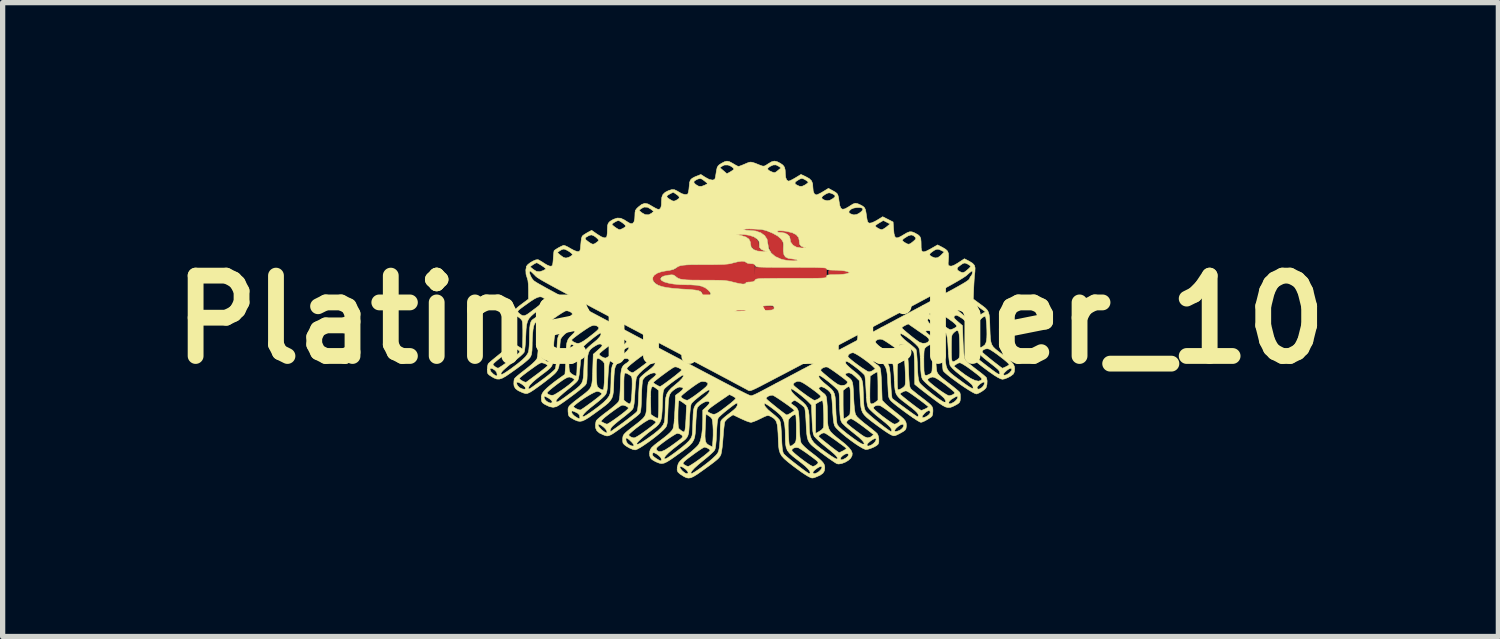
<source format=kicad_pcb>
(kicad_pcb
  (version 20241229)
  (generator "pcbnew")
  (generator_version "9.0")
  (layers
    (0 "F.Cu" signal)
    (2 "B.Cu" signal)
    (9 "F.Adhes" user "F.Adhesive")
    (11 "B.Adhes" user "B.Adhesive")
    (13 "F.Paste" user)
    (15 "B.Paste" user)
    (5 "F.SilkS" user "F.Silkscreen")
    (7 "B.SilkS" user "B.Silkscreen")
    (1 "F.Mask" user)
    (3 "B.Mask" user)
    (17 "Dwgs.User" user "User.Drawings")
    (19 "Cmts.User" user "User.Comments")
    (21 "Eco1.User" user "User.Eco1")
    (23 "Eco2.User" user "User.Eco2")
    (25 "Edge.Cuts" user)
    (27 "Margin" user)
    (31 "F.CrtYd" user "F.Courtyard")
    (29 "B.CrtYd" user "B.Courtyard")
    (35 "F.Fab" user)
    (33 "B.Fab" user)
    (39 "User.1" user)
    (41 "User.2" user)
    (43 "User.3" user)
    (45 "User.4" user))
  (footprint "Platinenmacher_10"
    (layer "F.Cu")
    (at 11.183 3.012)
    (property "Reference" "Platinenmacher_10" (at 0 0 0) (layer "F.SilkS") (effects (font (size 1.524 1.524) (thickness 0.3))))
    (attr through_hole)
    (fp_poly (pts (xy 1.614 -0.938) (xy 1.688 -0.935) (xy 1.757 -0.927) (xy 1.806 -0.916) (xy 1.809 -0.915) (xy 1.869 -0.893) (xy 1.81 -0.873) (xy 1.764 -0.863) (xy 1.697 -0.856) (xy 1.622 -0.852) (xy 1.615 -0.852) (xy 1.547 -0.853) (xy 1.506 -0.856) (xy 1.486 -0.864) (xy 1.479 -0.878) (xy 1.479 -0.896) (xy 1.48 -0.918) (xy 1.49 -0.931) (xy 1.514 -0.937) (xy 1.561 -0.938) (xy 1.614 -0.938)) (stroke (width 0.01) (type solid)) (fill yes) (layer "F.Cu"))
    (fp_poly (pts (xy -0.072 -1.609) (xy 0.021 -1.584) (xy 0.093 -1.544) (xy 0.14 -1.492) (xy 0.157 -1.429) (xy 0.157 -1.428) (xy 0.162 -1.37) (xy 0.181 -1.336) (xy 0.224 -1.314) (xy 0.244 -1.308) (xy 0.304 -1.291) (xy 0.235 -1.29) (xy 0.174 -1.295) (xy 0.116 -1.31) (xy 0.111 -1.312) (xy 0.048 -1.355) (xy 0.009 -1.414) (xy 0 -1.465) (xy -0.016 -1.52) (xy -0.062 -1.562) (xy -0.132 -1.589) (xy -0.155 -1.593) (xy -0.218 -1.602) (xy -0.248 -1.609) (xy -0.243 -1.613) (xy -0.205 -1.616) (xy -0.181 -1.617) (xy -0.072 -1.609)) (stroke (width 0.01) (type solid)) (fill yes) (layer "F.Cu"))
    (fp_poly (pts (xy 0.632 -1.68) (xy 0.694 -1.67) (xy 0.752 -1.657) (xy 0.787 -1.645) (xy 0.861 -1.604) (xy 0.904 -1.555) (xy 0.921 -1.491) (xy 0.922 -1.47) (xy 0.924 -1.421) (xy 0.935 -1.396) (xy 0.96 -1.384) (xy 0.97 -1.382) (xy 1.019 -1.37) (xy 1.034 -1.363) (xy 1.017 -1.36) (xy 0.983 -1.359) (xy 0.926 -1.364) (xy 0.876 -1.374) (xy 0.87 -1.376) (xy 0.806 -1.414) (xy 0.772 -1.464) (xy 0.765 -1.508) (xy 0.751 -1.575) (xy 0.708 -1.623) (xy 0.643 -1.649) (xy 0.601 -1.653) (xy 0.55 -1.657) (xy 0.524 -1.667) (xy 0.522 -1.672) (xy 0.537 -1.682) (xy 0.577 -1.684) (xy 0.632 -1.68)) (stroke (width 0.01) (type solid)) (fill yes) (layer "F.Cu"))
    (fp_poly (pts (xy 0.139 -1.712) (xy 0.281 -1.685) (xy 0.408 -1.64) (xy 0.499 -1.59) (xy 0.549 -1.553) (xy 0.586 -1.519) (xy 0.602 -1.499) (xy 0.609 -1.468) (xy 0.614 -1.413) (xy 0.617 -1.347) (xy 0.617 -1.345) (xy 0.621 -1.263) (xy 0.636 -1.209) (xy 0.666 -1.176) (xy 0.717 -1.159) (xy 0.773 -1.152) (xy 0.826 -1.145) (xy 0.861 -1.136) (xy 0.87 -1.129) (xy 0.854 -1.119) (xy 0.811 -1.116) (xy 0.747 -1.119) (xy 0.671 -1.129) (xy 0.66 -1.131) (xy 0.541 -1.163) (xy 0.451 -1.215) (xy 0.388 -1.287) (xy 0.353 -1.38) (xy 0.348 -1.406) (xy 0.327 -1.504) (xy 0.29 -1.578) (xy 0.234 -1.632) (xy 0.155 -1.67) (xy 0.048 -1.694) (xy -0.009 -1.702) (xy -0.148 -1.718) (xy -0.007 -1.72) (xy 0.139 -1.712)) (stroke (width 0.01) (type solid)) (fill yes) (layer "F.Cu"))
    (fp_poly (pts (xy -0.132 -1.108) (xy -0.113 -1.095) (xy -0.11 -1.092) (xy -0.073 -1.073) (xy -0.02 -1.06) (xy 0.000032 -1.058) (xy 0.078 -1.053) (xy 0.077 -0.931) (xy 0.076 -0.877) (xy 0.077 -0.856) (xy 0.079 -0.87) (xy 0.082 -0.9) (xy 0.089 -0.992) (xy 1.444 -0.992) (xy 1.444 -0.783) (xy 0.765 -0.783) (xy 0.591 -0.783) (xy 0.447 -0.782) (xy 0.333 -0.781) (xy 0.245 -0.779) (xy 0.179 -0.777) (xy 0.134 -0.774) (xy 0.105 -0.769) (xy 0.091 -0.764) (xy 0.087 -0.759) (xy 0.071 -0.731) (xy 0.022 -0.716) (xy -0.026 -0.713) (xy -0.069 -0.709) (xy -0.095 -0.697) (xy -0.096 -0.696) (xy -0.125 -0.681) (xy -0.185 -0.682) (xy -0.275 -0.701) (xy -0.322 -0.713) (xy -0.365 -0.725) (xy -0.41 -0.733) (xy -0.461 -0.74) (xy -0.524 -0.744) (xy -0.604 -0.746) (xy -0.708 -0.748) (xy -0.84 -0.748) (xy -0.856 -0.748) (xy -0.995 -0.748) (xy -1.102 -0.75) (xy -1.185 -0.753) (xy -1.246 -0.757) (xy -1.291 -0.763) (xy -1.324 -0.771) (xy -1.338 -0.776) (xy -1.383 -0.798) (xy -1.412 -0.821) (xy -1.416 -0.828) (xy -1.439 -0.845) (xy -1.486 -0.852) (xy -1.546 -0.85) (xy -1.609 -0.841) (xy -1.665 -0.825) (xy -1.705 -0.805) (xy -1.717 -0.79) (xy -1.712 -0.759) (xy -1.676 -0.728) (xy -1.614 -0.701) (xy -1.594 -0.695) (xy -1.554 -0.688) (xy -1.486 -0.68) (xy -1.399 -0.672) (xy -1.301 -0.665) (xy -1.244 -0.662) (xy -1.096 -0.652) (xy -0.98 -0.637) (xy -0.893 -0.617) (xy -0.831 -0.59) (xy -0.793 -0.554) (xy -0.774 -0.508) (xy -0.772 -0.45) (xy -0.775 -0.428) (xy -0.779 -0.376) (xy -0.77 -0.343) (xy -0.748 -0.317) (xy -0.719 -0.295) (xy -0.684 -0.277) (xy -0.638 -0.264) (xy -0.578 -0.254) (xy -0.5 -0.248) (xy -0.399 -0.245) (xy -0.273 -0.245) (xy -0.117 -0.247) (xy -0.05 -0.248) (xy 0.092 -0.251) (xy 0.203 -0.252) (xy 0.287 -0.253) (xy 0.348 -0.252) (xy 0.39 -0.25) (xy 0.416 -0.246) (xy 0.431 -0.24) (xy 0.438 -0.232) (xy 0.44 -0.226) (xy 0.437 -0.202) (xy 0.409 -0.188) (xy 0.394 -0.185) (xy 0.35 -0.18) (xy 0.277 -0.176) (xy 0.183 -0.172) (xy 0.074 -0.169) (xy -0.046 -0.167) (xy -0.169 -0.166) (xy -0.289 -0.166) (xy -0.4 -0.166) (xy -0.496 -0.168) (xy -0.571 -0.17) (xy -0.618 -0.174) (xy -0.624 -0.175) (xy -0.738 -0.205) (xy -0.825 -0.25) (xy -0.88 -0.301) (xy -0.907 -0.338) (xy -0.917 -0.374) (xy -0.915 -0.424) (xy -0.913 -0.438) (xy -0.907 -0.489) (xy -0.912 -0.517) (xy -0.931 -0.534) (xy -0.96 -0.546) (xy -1.001 -0.557) (xy -1.07 -0.567) (xy -1.16 -0.575) (xy -1.264 -0.582) (xy -1.27 -0.582) (xy -1.416 -0.591) (xy -1.532 -0.602) (xy -1.623 -0.617) (xy -1.694 -0.636) (xy -1.751 -0.662) (xy -1.797 -0.694) (xy -1.814 -0.709) (xy -1.852 -0.759) (xy -1.856 -0.805) (xy -1.827 -0.846) (xy -1.767 -0.881) (xy -1.676 -0.909) (xy -1.555 -0.929) (xy -1.535 -0.931) (xy -1.476 -0.941) (xy -1.432 -0.953) (xy -1.413 -0.965) (xy -1.399 -0.985) (xy -1.379 -1) (xy -1.349 -1.013) (xy -1.306 -1.022) (xy -1.245 -1.03) (xy -1.164 -1.035) (xy -1.057 -1.039) (xy -0.921 -1.042) (xy -0.844 -1.044) (xy -0.696 -1.047) (xy -0.578 -1.05) (xy -0.485 -1.055) (xy -0.413 -1.06) (xy -0.355 -1.066) (xy -0.308 -1.074) (xy -0.266 -1.084) (xy -0.257 -1.087) (xy -0.195 -1.104) (xy -0.157 -1.111) (xy -0.132 -1.108)) (stroke (width 0.01) (type solid)) (fill yes) (layer "F.Cu"))
    (fp_poly (pts (xy 1.614 -0.938) (xy 1.688 -0.935) (xy 1.757 -0.927) (xy 1.806 -0.916) (xy 1.809 -0.915) (xy 1.869 -0.893) (xy 1.81 -0.873) (xy 1.764 -0.863) (xy 1.697 -0.856) (xy 1.622 -0.852) (xy 1.615 -0.852) (xy 1.547 -0.853) (xy 1.506 -0.856) (xy 1.486 -0.864) (xy 1.479 -0.878) (xy 1.479 -0.896) (xy 1.48 -0.918) (xy 1.49 -0.931) (xy 1.514 -0.937) (xy 1.561 -0.938) (xy 1.614 -0.938)) (stroke (width 0.01) (type solid)) (fill yes) (layer "F.Mask"))
    (fp_poly (pts (xy -0.072 -1.609) (xy 0.021 -1.584) (xy 0.093 -1.544) (xy 0.14 -1.492) (xy 0.157 -1.429) (xy 0.157 -1.428) (xy 0.162 -1.37) (xy 0.181 -1.336) (xy 0.224 -1.314) (xy 0.244 -1.308) (xy 0.304 -1.291) (xy 0.235 -1.29) (xy 0.174 -1.295) (xy 0.116 -1.31) (xy 0.111 -1.312) (xy 0.048 -1.355) (xy 0.009 -1.414) (xy 0 -1.465) (xy -0.016 -1.52) (xy -0.062 -1.562) (xy -0.132 -1.589) (xy -0.155 -1.593) (xy -0.218 -1.602) (xy -0.248 -1.609) (xy -0.243 -1.613) (xy -0.205 -1.616) (xy -0.181 -1.617) (xy -0.072 -1.609)) (stroke (width 0.01) (type solid)) (fill yes) (layer "F.Mask"))
    (fp_poly (pts (xy 0.632 -1.68) (xy 0.694 -1.67) (xy 0.752 -1.657) (xy 0.787 -1.645) (xy 0.861 -1.604) (xy 0.904 -1.555) (xy 0.921 -1.491) (xy 0.922 -1.47) (xy 0.924 -1.421) (xy 0.935 -1.396) (xy 0.96 -1.384) (xy 0.97 -1.382) (xy 1.019 -1.37) (xy 1.034 -1.363) (xy 1.017 -1.36) (xy 0.983 -1.359) (xy 0.926 -1.364) (xy 0.876 -1.374) (xy 0.87 -1.376) (xy 0.806 -1.414) (xy 0.772 -1.464) (xy 0.765 -1.508) (xy 0.751 -1.575) (xy 0.708 -1.623) (xy 0.643 -1.649) (xy 0.601 -1.653) (xy 0.55 -1.657) (xy 0.524 -1.667) (xy 0.522 -1.672) (xy 0.537 -1.682) (xy 0.577 -1.684) (xy 0.632 -1.68)) (stroke (width 0.01) (type solid)) (fill yes) (layer "F.Mask"))
    (fp_poly (pts (xy 0.139 -1.712) (xy 0.281 -1.685) (xy 0.408 -1.64) (xy 0.499 -1.59) (xy 0.549 -1.553) (xy 0.586 -1.519) (xy 0.602 -1.499) (xy 0.609 -1.468) (xy 0.614 -1.413) (xy 0.617 -1.347) (xy 0.617 -1.345) (xy 0.621 -1.263) (xy 0.636 -1.209) (xy 0.666 -1.176) (xy 0.717 -1.159) (xy 0.773 -1.152) (xy 0.826 -1.145) (xy 0.861 -1.136) (xy 0.87 -1.129) (xy 0.854 -1.119) (xy 0.811 -1.116) (xy 0.747 -1.119) (xy 0.671 -1.129) (xy 0.66 -1.131) (xy 0.541 -1.163) (xy 0.451 -1.215) (xy 0.388 -1.287) (xy 0.353 -1.38) (xy 0.348 -1.406) (xy 0.327 -1.504) (xy 0.29 -1.578) (xy 0.234 -1.632) (xy 0.155 -1.67) (xy 0.048 -1.694) (xy -0.009 -1.702) (xy -0.148 -1.718) (xy -0.007 -1.72) (xy 0.139 -1.712)) (stroke (width 0.01) (type solid)) (fill yes) (layer "F.Mask"))
    (fp_poly (pts (xy -0.132 -1.108) (xy -0.113 -1.095) (xy -0.11 -1.092) (xy -0.073 -1.073) (xy -0.02 -1.06) (xy 0.000032 -1.058) (xy 0.078 -1.053) (xy 0.077 -0.931) (xy 0.076 -0.877) (xy 0.077 -0.856) (xy 0.079 -0.87) (xy 0.082 -0.9) (xy 0.089 -0.992) (xy 1.444 -0.992) (xy 1.444 -0.783) (xy 0.765 -0.783) (xy 0.591 -0.783) (xy 0.447 -0.782) (xy 0.333 -0.781) (xy 0.245 -0.779) (xy 0.179 -0.777) (xy 0.134 -0.774) (xy 0.105 -0.769) (xy 0.091 -0.764) (xy 0.087 -0.759) (xy 0.071 -0.731) (xy 0.022 -0.716) (xy -0.026 -0.713) (xy -0.069 -0.709) (xy -0.095 -0.697) (xy -0.096 -0.696) (xy -0.125 -0.681) (xy -0.185 -0.682) (xy -0.275 -0.701) (xy -0.322 -0.713) (xy -0.365 -0.725) (xy -0.41 -0.733) (xy -0.461 -0.74) (xy -0.524 -0.744) (xy -0.604 -0.746) (xy -0.708 -0.748) (xy -0.84 -0.748) (xy -0.856 -0.748) (xy -0.995 -0.748) (xy -1.102 -0.75) (xy -1.185 -0.753) (xy -1.246 -0.757) (xy -1.291 -0.763) (xy -1.324 -0.771) (xy -1.338 -0.776) (xy -1.383 -0.798) (xy -1.412 -0.821) (xy -1.416 -0.828) (xy -1.439 -0.845) (xy -1.486 -0.852) (xy -1.546 -0.85) (xy -1.609 -0.841) (xy -1.665 -0.825) (xy -1.705 -0.805) (xy -1.717 -0.79) (xy -1.712 -0.759) (xy -1.676 -0.728) (xy -1.614 -0.701) (xy -1.594 -0.695) (xy -1.554 -0.688) (xy -1.486 -0.68) (xy -1.399 -0.672) (xy -1.301 -0.665) (xy -1.244 -0.662) (xy -1.096 -0.652) (xy -0.98 -0.637) (xy -0.893 -0.617) (xy -0.831 -0.59) (xy -0.793 -0.554) (xy -0.774 -0.508) (xy -0.772 -0.45) (xy -0.775 -0.428) (xy -0.779 -0.376) (xy -0.77 -0.343) (xy -0.748 -0.317) (xy -0.719 -0.295) (xy -0.684 -0.277) (xy -0.638 -0.264) (xy -0.578 -0.254) (xy -0.5 -0.248) (xy -0.399 -0.245) (xy -0.273 -0.245) (xy -0.117 -0.247) (xy -0.05 -0.248) (xy 0.092 -0.251) (xy 0.203 -0.252) (xy 0.287 -0.253) (xy 0.348 -0.252) (xy 0.39 -0.25) (xy 0.416 -0.246) (xy 0.431 -0.24) (xy 0.438 -0.232) (xy 0.44 -0.226) (xy 0.437 -0.202) (xy 0.409 -0.188) (xy 0.394 -0.185) (xy 0.35 -0.18) (xy 0.277 -0.176) (xy 0.183 -0.172) (xy 0.074 -0.169) (xy -0.046 -0.167) (xy -0.169 -0.166) (xy -0.289 -0.166) (xy -0.4 -0.166) (xy -0.496 -0.168) (xy -0.571 -0.17) (xy -0.618 -0.174) (xy -0.624 -0.175) (xy -0.738 -0.205) (xy -0.825 -0.25) (xy -0.88 -0.301) (xy -0.907 -0.338) (xy -0.917 -0.374) (xy -0.915 -0.424) (xy -0.913 -0.438) (xy -0.907 -0.489) (xy -0.912 -0.517) (xy -0.931 -0.534) (xy -0.96 -0.546) (xy -1.001 -0.557) (xy -1.07 -0.567) (xy -1.16 -0.575) (xy -1.264 -0.582) (xy -1.27 -0.582) (xy -1.416 -0.591) (xy -1.532 -0.602) (xy -1.623 -0.617) (xy -1.694 -0.636) (xy -1.751 -0.662) (xy -1.797 -0.694) (xy -1.814 -0.709) (xy -1.852 -0.759) (xy -1.856 -0.805) (xy -1.827 -0.846) (xy -1.767 -0.881) (xy -1.676 -0.909) (xy -1.555 -0.929) (xy -1.535 -0.931) (xy -1.476 -0.941) (xy -1.432 -0.953) (xy -1.413 -0.965) (xy -1.399 -0.985) (xy -1.379 -1) (xy -1.349 -1.013) (xy -1.306 -1.022) (xy -1.245 -1.03) (xy -1.164 -1.035) (xy -1.057 -1.039) (xy -0.921 -1.042) (xy -0.844 -1.044) (xy -0.696 -1.047) (xy -0.578 -1.05) (xy -0.485 -1.055) (xy -0.413 -1.06) (xy -0.355 -1.066) (xy -0.308 -1.074) (xy -0.266 -1.084) (xy -0.257 -1.087) (xy -0.195 -1.104) (xy -0.157 -1.111) (xy -0.132 -1.108)) (stroke (width 0.01) (type solid)) (fill yes) (layer "F.Mask"))
    (fp_poly (pts (xy 0.505 -2.996) (xy 0.565 -2.966) (xy 0.615 -2.931) (xy 0.644 -2.892) (xy 0.658 -2.838) (xy 0.661 -2.769) (xy 0.668 -2.696) (xy 0.688 -2.647) (xy 0.72 -2.627) (xy 0.724 -2.627) (xy 0.752 -2.636) (xy 0.799 -2.659) (xy 0.855 -2.691) (xy 0.855 -2.691) (xy 0.958 -2.754) (xy 1.046 -2.713) (xy 1.116 -2.674) (xy 1.158 -2.632) (xy 1.179 -2.578) (xy 1.183 -2.518) (xy 1.19 -2.438) (xy 1.21 -2.387) (xy 1.243 -2.366) (xy 1.249 -2.366) (xy 1.278 -2.375) (xy 1.325 -2.398) (xy 1.378 -2.428) (xy 1.479 -2.49) (xy 1.565 -2.443) (xy 1.612 -2.416) (xy 1.642 -2.391) (xy 1.659 -2.359) (xy 1.671 -2.31) (xy 1.68 -2.244) (xy 1.694 -2.162) (xy 1.715 -2.112) (xy 1.747 -2.093) (xy 1.794 -2.102) (xy 1.86 -2.139) (xy 1.889 -2.158) (xy 1.945 -2.193) (xy 1.989 -2.207) (xy 2.034 -2.199) (xy 2.087 -2.175) (xy 2.131 -2.151) (xy 2.159 -2.127) (xy 2.177 -2.094) (xy 2.189 -2.044) (xy 2.201 -1.967) (xy 2.201 -1.966) (xy 2.211 -1.899) (xy 2.221 -1.859) (xy 2.234 -1.839) (xy 2.253 -1.831) (xy 2.259 -1.83) (xy 2.298 -1.836) (xy 2.356 -1.861) (xy 2.404 -1.888) (xy 2.508 -1.952) (xy 2.607 -1.902) (xy 2.705 -1.852) (xy 2.714 -1.722) (xy 2.722 -1.634) (xy 2.737 -1.578) (xy 2.761 -1.552) (xy 2.799 -1.553) (xy 2.855 -1.58) (xy 2.905 -1.61) (xy 2.97 -1.648) (xy 3.018 -1.666) (xy 3.062 -1.665) (xy 3.11 -1.647) (xy 3.119 -1.642) (xy 3.177 -1.61) (xy 3.211 -1.579) (xy 3.229 -1.539) (xy 3.235 -1.479) (xy 3.236 -1.435) (xy 3.237 -1.364) (xy 3.244 -1.316) (xy 3.26 -1.29) (xy 3.29 -1.285) (xy 3.338 -1.301) (xy 3.408 -1.337) (xy 3.492 -1.385) (xy 3.549 -1.418) (xy 3.645 -1.368) (xy 3.702 -1.334) (xy 3.737 -1.3) (xy 3.754 -1.256) (xy 3.757 -1.193) (xy 3.753 -1.129) (xy 3.749 -1.072) (xy 3.751 -1.04) (xy 3.763 -1.024) (xy 3.786 -1.016) (xy 3.819 -1.016) (xy 3.863 -1.033) (xy 3.926 -1.069) (xy 3.943 -1.08) (xy 4.058 -1.155) (xy 4.152 -1.106) (xy 4.212 -1.069) (xy 4.247 -1.03) (xy 4.26 -0.981) (xy 4.257 -0.91) (xy 4.255 -0.892) (xy 4.249 -0.841) (xy 4.243 -0.766) (xy 4.238 -0.677) (xy 4.234 -0.6) (xy 4.225 -0.391) (xy 4.335 -0.31) (xy 4.403 -0.26) (xy 4.454 -0.22) (xy 4.489 -0.183) (xy 4.512 -0.143) (xy 4.526 -0.093) (xy 4.534 -0.027) (xy 4.538 0.062) (xy 4.541 0.153) (xy 4.545 0.27) (xy 4.551 0.358) (xy 4.56 0.424) (xy 4.577 0.474) (xy 4.603 0.516) (xy 4.642 0.555) (xy 4.696 0.599) (xy 4.746 0.636) (xy 4.841 0.708) (xy 4.911 0.765) (xy 4.959 0.812) (xy 4.989 0.851) (xy 5.005 0.888) (xy 5.01 0.927) (xy 5.01 0.933) (xy 5.003 0.993) (xy 4.984 1.033) (xy 4.982 1.034) (xy 4.937 1.069) (xy 4.878 1.101) (xy 4.818 1.124) (xy 4.778 1.131) (xy 4.743 1.122) (xy 4.689 1.095) (xy 4.615 1.049) (xy 4.609 1.044) (xy 4.794 1.044) (xy 4.794 1.046) (xy 4.818 1.055) (xy 4.858 1.045) (xy 4.903 1.018) (xy 4.919 1.004) (xy 4.949 0.967) (xy 4.957 0.938) (xy 4.94 0.923) (xy 4.933 0.922) (xy 4.905 0.932) (xy 4.867 0.958) (xy 4.83 0.991) (xy 4.803 1.023) (xy 4.794 1.044) (xy 4.609 1.044) (xy 4.519 0.982) (xy 4.4 0.893) (xy 4.377 0.875) (xy 4.292 0.808) (xy 4.23 0.75) (xy 4.188 0.694) (xy 4.161 0.632) (xy 4.147 0.556) (xy 4.141 0.458) (xy 4.141 0.374) (xy 4.139 0.283) (xy 4.135 0.2) (xy 4.13 0.134) (xy 4.123 0.093) (xy 4.122 0.091) (xy 4.091 0.043) (xy 4.035 -0.009) (xy 4.013 -0.025) (xy 3.954 -0.063) (xy 3.915 -0.082) (xy 3.889 -0.083) (xy 3.868 -0.067) (xy 3.864 -0.063) (xy 3.858 -0.045) (xy 3.871 -0.021) (xy 3.907 0.015) (xy 3.932 0.037) (xy 4.021 0.113) (xy 4.031 0.4) (xy 4.036 0.509) (xy 4.043 0.605) (xy 4.051 0.68) (xy 4.059 0.73) (xy 4.063 0.741) (xy 4.089 0.78) (xy 4.144 0.833) (xy 4.229 0.902) (xy 4.276 0.938) (xy 4.347 0.992) (xy 4.408 1.04) (xy 4.453 1.079) (xy 4.476 1.103) (xy 4.478 1.107) (xy 4.488 1.162) (xy 4.485 1.227) (xy 4.471 1.284) (xy 4.461 1.301) (xy 4.431 1.33) (xy 4.385 1.363) (xy 4.335 1.391) (xy 4.294 1.408) (xy 4.283 1.409) (xy 4.253 1.399) (xy 4.2 1.371) (xy 4.131 1.329) (xy 4.052 1.278) (xy 3.967 1.22) (xy 3.883 1.159) (xy 3.804 1.101) (xy 3.737 1.048) (xy 3.686 1.004) (xy 3.657 0.973) (xy 3.654 0.967) (xy 3.649 0.938) (xy 3.643 0.881) (xy 3.637 0.802) (xy 3.631 0.708) (xy 3.627 0.623) (xy 3.614 0.315) (xy 3.544 0.268) (xy 3.495 0.242) (xy 3.439 0.223) (xy 3.386 0.211) (xy 3.345 0.209) (xy 3.324 0.219) (xy 3.323 0.223) (xy 3.336 0.243) (xy 3.37 0.273) (xy 3.4 0.295) (xy 3.441 0.327) (xy 3.47 0.361) (xy 3.491 0.405) (xy 3.504 0.463) (xy 3.511 0.541) (xy 3.515 0.646) (xy 3.515 0.705) (xy 3.517 0.798) (xy 3.522 0.883) (xy 3.529 0.951) (xy 3.537 0.992) (xy 3.553 1.023) (xy 3.582 1.058) (xy 3.629 1.102) (xy 3.698 1.158) (xy 3.756 1.203) (xy 3.829 1.259) (xy 3.892 1.31) (xy 3.939 1.35) (xy 3.967 1.377) (xy 3.97 1.381) (xy 3.979 1.415) (xy 3.981 1.467) (xy 3.981 1.492) (xy 3.976 1.54) (xy 3.963 1.57) (xy 3.935 1.595) (xy 3.888 1.622) (xy 3.834 1.649) (xy 3.788 1.665) (xy 3.744 1.667) (xy 3.697 1.655) (xy 3.641 1.625) (xy 3.569 1.577) (xy 3.569 1.577) (xy 3.758 1.577) (xy 3.77 1.598) (xy 3.803 1.594) (xy 3.856 1.566) (xy 3.864 1.561) (xy 3.903 1.526) (xy 3.927 1.489) (xy 3.929 1.481) (xy 3.931 1.456) (xy 3.921 1.451) (xy 3.892 1.463) (xy 3.877 1.471) (xy 3.808 1.512) (xy 3.768 1.551) (xy 3.758 1.577) (xy 3.569 1.577) (xy 3.477 1.509) (xy 3.469 1.503) (xy 3.387 1.441) (xy 3.31 1.382) (xy 3.244 1.331) (xy 3.196 1.293) (xy 3.181 1.281) (xy 3.115 1.227) (xy 3.113 0.948) (xy 3.111 0.85) (xy 3.109 0.761) (xy 3.105 0.689) (xy 3.101 0.641) (xy 3.099 0.626) (xy 3.075 0.588) (xy 3.029 0.546) (xy 2.971 0.507) (xy 2.913 0.479) (xy 2.869 0.47) (xy 2.829 0.477) (xy 2.821 0.497) (xy 2.845 0.53) (xy 2.896 0.572) (xy 2.925 0.593) (xy 2.947 0.613) (xy 2.963 0.638) (xy 2.975 0.671) (xy 2.983 0.718) (xy 2.99 0.784) (xy 2.995 0.873) (xy 3 0.991) (xy 3.001 1.026) (xy 3.006 1.131) (xy 3.012 1.206) (xy 3.019 1.257) (xy 3.029 1.291) (xy 3.041 1.311) (xy 3.041 1.311) (xy 3.066 1.335) (xy 3.113 1.373) (xy 3.173 1.422) (xy 3.236 1.47) (xy 3.321 1.535) (xy 3.381 1.584) (xy 3.422 1.622) (xy 3.446 1.654) (xy 3.457 1.684) (xy 3.46 1.718) (xy 3.459 1.751) (xy 3.454 1.798) (xy 3.443 1.829) (xy 3.418 1.854) (xy 3.371 1.884) (xy 3.358 1.892) (xy 3.304 1.922) (xy 3.257 1.942) (xy 3.232 1.948) (xy 3.207 1.938) (xy 3.16 1.911) (xy 3.097 1.869) (xy 3.07 1.851) (xy 3.254 1.851) (xy 3.27 1.861) (xy 3.312 1.849) (xy 3.353 1.827) (xy 3.394 1.793) (xy 3.41 1.758) (xy 3.41 1.757) (xy 3.4 1.728) (xy 3.372 1.726) (xy 3.331 1.749) (xy 3.304 1.773) (xy 3.264 1.82) (xy 3.254 1.851) (xy 3.07 1.851) (xy 3.023 1.818) (xy 2.944 1.762) (xy 2.865 1.703) (xy 2.791 1.647) (xy 2.728 1.597) (xy 2.682 1.557) (xy 2.662 1.538) (xy 2.644 1.515) (xy 2.631 1.492) (xy 2.621 1.463) (xy 2.615 1.42) (xy 2.611 1.358) (xy 2.607 1.269) (xy 2.605 1.231) (xy 2.6 1.121) (xy 2.594 1.039) (xy 2.585 0.978) (xy 2.573 0.931) (xy 2.561 0.901) (xy 2.524 0.838) (xy 2.474 0.784) (xy 2.42 0.747) (xy 2.371 0.733) (xy 2.363 0.734) (xy 2.326 0.749) (xy 2.319 0.776) (xy 2.341 0.81) (xy 2.374 0.835) (xy 2.419 0.868) (xy 2.452 0.903) (xy 2.457 0.911) (xy 2.465 0.942) (xy 2.473 1.004) (xy 2.48 1.09) (xy 2.485 1.195) (xy 2.487 1.238) (xy 2.497 1.529) (xy 2.549 1.584) (xy 2.583 1.616) (xy 2.638 1.663) (xy 2.705 1.718) (xy 2.771 1.77) (xy 2.849 1.832) (xy 2.903 1.88) (xy 2.936 1.921) (xy 2.952 1.959) (xy 2.957 2.002) (xy 2.954 2.037) (xy 2.948 2.07) (xy 2.932 2.095) (xy 2.9 2.12) (xy 2.843 2.152) (xy 2.838 2.155) (xy 2.78 2.185) (xy 2.742 2.2) (xy 2.715 2.203) (xy 2.687 2.194) (xy 2.664 2.184) (xy 2.622 2.16) (xy 2.56 2.12) (xy 2.486 2.068) (xy 2.407 2.011) (xy 2.329 1.953) (xy 2.26 1.9) (xy 2.208 1.857) (xy 2.198 1.848) (xy 2.16 1.809) (xy 2.131 1.77) (xy 2.111 1.725) (xy 2.096 1.667) (xy 2.087 1.591) (xy 2.08 1.489) (xy 2.077 1.424) (xy 2.065 1.157) (xy 1.989 1.083) (xy 1.932 1.034) (xy 1.884 1.012) (xy 1.862 1.009) (xy 1.816 1.017) (xy 1.799 1.036) (xy 1.815 1.064) (xy 1.829 1.075) (xy 1.87 1.104) (xy 1.9 1.13) (xy 1.921 1.159) (xy 1.935 1.198) (xy 1.944 1.251) (xy 1.95 1.325) (xy 1.955 1.426) (xy 1.956 1.463) (xy 1.964 1.597) (xy 1.973 1.698) (xy 1.984 1.768) (xy 1.995 1.804) (xy 2.023 1.843) (xy 2.077 1.895) (xy 2.152 1.959) (xy 2.198 1.994) (xy 2.268 2.048) (xy 2.33 2.098) (xy 2.378 2.138) (xy 2.404 2.164) (xy 2.405 2.164) (xy 2.424 2.206) (xy 2.434 2.264) (xy 2.434 2.321) (xy 2.422 2.36) (xy 2.393 2.387) (xy 2.342 2.416) (xy 2.283 2.441) (xy 2.227 2.459) (xy 2.186 2.464) (xy 2.182 2.463) (xy 2.135 2.443) (xy 2.069 2.405) (xy 2.024 2.376) (xy 2.209 2.376) (xy 2.218 2.397) (xy 2.246 2.397) (xy 2.297 2.375) (xy 2.334 2.348) (xy 2.364 2.316) (xy 2.381 2.284) (xy 2.383 2.261) (xy 2.367 2.253) (xy 2.353 2.256) (xy 2.31 2.278) (xy 2.265 2.31) (xy 2.228 2.344) (xy 2.21 2.372) (xy 2.209 2.376) (xy 2.024 2.376) (xy 1.99 2.354) (xy 1.905 2.293) (xy 1.82 2.228) (xy 1.741 2.163) (xy 1.673 2.102) (xy 1.622 2.051) (xy 1.596 2.015) (xy 1.582 1.966) (xy 1.57 1.884) (xy 1.561 1.769) (xy 1.558 1.705) (xy 1.552 1.611) (xy 1.546 1.527) (xy 1.539 1.46) (xy 1.532 1.417) (xy 1.529 1.409) (xy 1.502 1.369) (xy 1.456 1.327) (xy 1.404 1.293) (xy 1.356 1.274) (xy 1.337 1.273) (xy 1.301 1.287) (xy 1.297 1.311) (xy 1.327 1.348) (xy 1.362 1.377) (xy 1.402 1.408) (xy 1.426 1.435) (xy 1.439 1.467) (xy 1.446 1.517) (xy 1.45 1.564) (xy 1.456 1.644) (xy 1.459 1.741) (xy 1.461 1.836) (xy 1.461 1.856) (xy 1.463 1.947) (xy 1.471 2.017) (xy 1.488 2.074) (xy 1.519 2.125) (xy 1.569 2.176) (xy 1.64 2.236) (xy 1.695 2.279) (xy 1.795 2.359) (xy 1.866 2.426) (xy 1.91 2.483) (xy 1.93 2.533) (xy 1.926 2.579) (xy 1.902 2.624) (xy 1.897 2.631) (xy 1.853 2.671) (xy 1.794 2.705) (xy 1.73 2.729) (xy 1.673 2.738) (xy 1.641 2.733) (xy 1.608 2.714) (xy 1.554 2.678) (xy 1.486 2.631) (xy 1.41 2.576) (xy 1.333 2.519) (xy 1.261 2.464) (xy 1.202 2.416) (xy 1.197 2.413) (xy 1.152 2.373) (xy 1.118 2.334) (xy 1.094 2.29) (xy 1.077 2.235) (xy 1.067 2.163) (xy 1.059 2.067) (xy 1.055 1.969) (xy 1.05 1.874) (xy 1.044 1.79) (xy 1.037 1.723) (xy 1.03 1.681) (xy 1.027 1.671) (xy 1.006 1.647) (xy 0.967 1.614) (xy 0.92 1.579) (xy 0.875 1.549) (xy 0.842 1.533) (xy 0.835 1.531) (xy 0.815 1.541) (xy 0.791 1.558) (xy 0.769 1.577) (xy 0.772 1.593) (xy 0.8 1.614) (xy 0.842 1.643) (xy 0.872 1.669) (xy 0.893 1.697) (xy 0.907 1.734) (xy 0.915 1.786) (xy 0.921 1.858) (xy 0.925 1.957) (xy 0.926 2.003) (xy 0.931 2.126) (xy 0.938 2.218) (xy 0.946 2.284) (xy 0.956 2.327) (xy 0.963 2.343) (xy 0.988 2.375) (xy 1.034 2.421) (xy 1.093 2.472) (xy 1.134 2.505) (xy 1.23 2.579) (xy 1.301 2.637) (xy 1.351 2.683) (xy 1.383 2.721) (xy 1.401 2.755) (xy 1.408 2.79) (xy 1.409 2.812) (xy 1.401 2.868) (xy 1.373 2.913) (xy 1.32 2.951) (xy 1.244 2.984) (xy 1.199 3) (xy 1.167 3.004) (xy 1.134 2.993) (xy 1.084 2.967) (xy 1.084 2.967) (xy 1.039 2.939) (xy 0.974 2.896) (xy 0.898 2.841) (xy 0.818 2.782) (xy 0.802 2.77) (xy 0.709 2.697) (xy 0.641 2.638) (xy 0.593 2.585) (xy 0.562 2.531) (xy 0.543 2.47) (xy 0.533 2.393) (xy 0.528 2.294) (xy 0.528 2.282) (xy 0.523 2.157) (xy 0.516 2.062) (xy 0.507 1.991) (xy 0.492 1.939) (xy 0.471 1.901) (xy 0.442 1.872) (xy 0.402 1.846) (xy 0.377 1.833) (xy 0.352 1.822) (xy 0.328 1.819) (xy 0.296 1.827) (xy 0.25 1.847) (xy 0.187 1.878) (xy 0.12 1.91) (xy 0.06 1.934) (xy 0.018 1.947) (xy 0.008 1.948) (xy -0.025 1.941) (xy -0.079 1.922) (xy -0.146 1.893) (xy -0.181 1.877) (xy -0.331 1.805) (xy -0.401 1.851) (xy -0.446 1.888) (xy -0.48 1.926) (xy -0.487 1.939) (xy -0.494 1.971) (xy -0.501 2.03) (xy -0.51 2.109) (xy -0.517 2.201) (xy -0.52 2.241) (xy -0.528 2.341) (xy -0.538 2.432) (xy -0.549 2.505) (xy -0.559 2.553) (xy -0.562 2.561) (xy -0.574 2.586) (xy -0.592 2.611) (xy -0.617 2.639) (xy -0.655 2.672) (xy -0.709 2.715) (xy -0.783 2.77) (xy -0.881 2.841) (xy -0.919 2.868) (xy -1.008 2.931) (xy -1.076 2.973) (xy -1.129 2.998) (xy -1.172 3.005) (xy -1.212 2.999) (xy -1.255 2.979) (xy -1.272 2.969) (xy -1.337 2.927) (xy -1.376 2.891) (xy -1.391 2.852) (xy -1.388 2.801) (xy -1.387 2.797) (xy -1.34 2.797) (xy -1.325 2.83) (xy -1.289 2.872) (xy -1.245 2.907) (xy -1.209 2.922) (xy -1.187 2.913) (xy -1.186 2.91) (xy -1.131 2.91) (xy -1.123 2.919) (xy -1.099 2.913) (xy -1.056 2.888) (xy -0.989 2.844) (xy -0.933 2.805) (xy -0.859 2.749) (xy -0.782 2.689) (xy -0.717 2.633) (xy -0.701 2.618) (xy -0.651 2.569) (xy -0.621 2.531) (xy -0.604 2.49) (xy -0.592 2.434) (xy -0.591 2.427) (xy -0.584 2.364) (xy -0.578 2.279) (xy -0.575 2.186) (xy -0.574 2.134) (xy -0.573 2.054) (xy -0.569 1.984) (xy -0.563 1.934) (xy -0.557 1.915) (xy -0.536 1.89) (xy -0.494 1.852) (xy -0.439 1.808) (xy -0.418 1.792) (xy -0.359 1.746) (xy -0.308 1.704) (xy -0.275 1.671) (xy -0.269 1.664) (xy -0.248 1.624) (xy -0.247 1.616) (xy 0.262 1.616) (xy 0.286 1.657) (xy 0.333 1.708) (xy 0.401 1.766) (xy 0.412 1.774) (xy 0.47 1.822) (xy 0.519 1.867) (xy 0.551 1.903) (xy 0.555 1.91) (xy 0.568 1.953) (xy 0.578 2.029) (xy 0.586 2.139) (xy 0.59 2.228) (xy 0.595 2.338) (xy 0.601 2.419) (xy 0.608 2.477) (xy 0.617 2.516) (xy 0.629 2.542) (xy 0.63 2.544) (xy 0.652 2.567) (xy 0.694 2.604) (xy 0.752 2.653) (xy 0.82 2.707) (xy 0.893 2.763) (xy 0.963 2.817) (xy 1.027 2.864) (xy 1.078 2.9) (xy 1.11 2.92) (xy 1.118 2.922) (xy 1.129 2.909) (xy 1.131 2.898) (xy 1.131 2.897) (xy 1.183 2.897) (xy 1.195 2.919) (xy 1.227 2.92) (xy 1.27 2.901) (xy 1.303 2.878) (xy 1.34 2.839) (xy 1.356 2.807) (xy 1.349 2.787) (xy 1.335 2.784) (xy 1.303 2.794) (xy 1.261 2.819) (xy 1.22 2.851) (xy 1.191 2.881) (xy 1.183 2.897) (xy 1.131 2.897) (xy 1.121 2.868) (xy 1.091 2.829) (xy 1.038 2.777) (xy 0.959 2.712) (xy 0.887 2.657) (xy 0.802 2.59) (xy 0.741 2.534) (xy 0.701 2.482) (xy 0.699 2.478) (xy 0.783 2.478) (xy 0.796 2.498) (xy 0.832 2.533) (xy 0.884 2.577) (xy 0.947 2.627) (xy 1.013 2.677) (xy 1.076 2.722) (xy 1.13 2.758) (xy 1.17 2.779) (xy 1.184 2.784) (xy 1.219 2.773) (xy 1.254 2.751) (xy 1.281 2.724) (xy 1.281 2.703) (xy 1.272 2.69) (xy 1.247 2.667) (xy 1.2 2.63) (xy 1.139 2.585) (xy 1.073 2.537) (xy 1.008 2.492) (xy 0.953 2.456) (xy 0.915 2.433) (xy 0.911 2.431) (xy 0.867 2.424) (xy 0.822 2.434) (xy 0.791 2.457) (xy 0.783 2.478) (xy 0.699 2.478) (xy 0.677 2.425) (xy 0.665 2.355) (xy 0.661 2.263) (xy 0.661 2.218) (xy 0.658 2.093) (xy 0.65 2) (xy 0.715 2) (xy 0.716 2.074) (xy 0.719 2.155) (xy 0.723 2.235) (xy 0.728 2.305) (xy 0.733 2.358) (xy 0.74 2.384) (xy 0.74 2.384) (xy 0.758 2.399) (xy 0.783 2.391) (xy 0.824 2.358) (xy 0.842 2.341) (xy 0.854 2.322) (xy 0.862 2.297) (xy 0.867 2.26) (xy 0.869 2.203) (xy 0.87 2.121) (xy 0.87 2.063) (xy 0.869 1.973) (xy 0.866 1.896) (xy 0.863 1.839) (xy 0.858 1.807) (xy 0.856 1.803) (xy 0.829 1.804) (xy 0.791 1.824) (xy 0.753 1.857) (xy 0.726 1.892) (xy 0.72 1.907) (xy 0.716 1.941) (xy 0.715 2) (xy 0.65 2) (xy 0.649 1.997) (xy 0.633 1.923) (xy 0.609 1.866) (xy 0.575 1.819) (xy 0.569 1.812) (xy 0.527 1.773) (xy 0.474 1.728) (xy 0.415 1.682) (xy 0.359 1.641) (xy 0.31 1.609) (xy 0.277 1.591) (xy 0.266 1.59) (xy 0.262 1.616) (xy -0.247 1.616) (xy -0.245 1.594) (xy -0.259 1.583) (xy -0.282 1.594) (xy -0.324 1.622) (xy -0.378 1.663) (xy -0.439 1.711) (xy -0.5 1.76) (xy -0.553 1.806) (xy -0.593 1.844) (xy -0.612 1.866) (xy -0.622 1.9) (xy -0.631 1.965) (xy -0.638 2.055) (xy -0.644 2.166) (xy -0.644 2.166) (xy -0.65 2.291) (xy -0.659 2.383) (xy -0.669 2.445) (xy -0.679 2.473) (xy -0.702 2.502) (xy -0.747 2.545) (xy -0.807 2.598) (xy -0.876 2.655) (xy -0.881 2.659) (xy -0.986 2.745) (xy -1.062 2.814) (xy -1.11 2.867) (xy -1.13 2.903) (xy -1.131 2.91) (xy -1.186 2.91) (xy -1.183 2.898) (xy -1.196 2.872) (xy -1.228 2.839) (xy -1.241 2.828) (xy -1.295 2.793) (xy -1.329 2.784) (xy -1.34 2.797) (xy -1.387 2.797) (xy -1.375 2.749) (xy -1.362 2.719) (xy -1.279 2.719) (xy -1.274 2.737) (xy -1.25 2.756) (xy -1.21 2.777) (xy -1.181 2.784) (xy -1.157 2.774) (xy -1.111 2.746) (xy -1.05 2.706) (xy -0.979 2.656) (xy -0.959 2.641) (xy -0.888 2.588) (xy -0.83 2.541) (xy -0.787 2.504) (xy -0.767 2.482) (xy -0.765 2.479) (xy -0.78 2.458) (xy -0.814 2.437) (xy -0.853 2.421) (xy -0.873 2.418) (xy -0.895 2.428) (xy -0.937 2.454) (xy -0.994 2.492) (xy -1.058 2.537) (xy -1.123 2.585) (xy -1.183 2.629) (xy -1.23 2.667) (xy -1.258 2.692) (xy -1.258 2.693) (xy -1.279 2.719) (xy -1.362 2.719) (xy -1.361 2.716) (xy -1.335 2.682) (xy -1.291 2.64) (xy -1.226 2.586) (xy -1.19 2.558) (xy -1.12 2.501) (xy -1.056 2.445) (xy -1.007 2.397) (xy -0.981 2.365) (xy -0.949 2.295) (xy -0.931 2.213) (xy -0.862 2.213) (xy -0.858 2.275) (xy -0.849 2.318) (xy -0.833 2.347) (xy -0.809 2.369) (xy -0.785 2.382) (xy -0.722 2.415) (xy -0.712 2.282) (xy -0.708 2.193) (xy -0.708 2.093) (xy -0.712 2.01) (xy -0.718 1.94) (xy -0.725 1.896) (xy -0.738 1.868) (xy -0.759 1.847) (xy -0.783 1.83) (xy -0.844 1.789) (xy -0.855 2.012) (xy -0.86 2.128) (xy -0.862 2.213) (xy -0.931 2.213) (xy -0.926 2.193) (xy -0.911 2.061) (xy -0.905 1.9) (xy -0.905 1.881) (xy -0.905 1.739) (xy -0.812 1.739) (xy -0.798 1.756) (xy -0.768 1.772) (xy -0.742 1.784) (xy -0.714 1.793) (xy -0.688 1.795) (xy -0.658 1.787) (xy -0.619 1.766) (xy -0.566 1.731) (xy -0.494 1.677) (xy -0.431 1.629) (xy -0.369 1.58) (xy -0.32 1.538) (xy -0.288 1.507) (xy -0.279 1.496) (xy 0.296 1.496) (xy 0.309 1.51) (xy 0.343 1.541) (xy 0.394 1.583) (xy 0.454 1.632) (xy 0.517 1.683) (xy 0.579 1.731) (xy 0.632 1.771) (xy 0.671 1.799) (xy 0.69 1.809) (xy 0.69 1.809) (xy 0.708 1.801) (xy 0.746 1.782) (xy 0.766 1.77) (xy 0.806 1.744) (xy 0.829 1.724) (xy 0.831 1.719) (xy 0.814 1.702) (xy 0.776 1.671) (xy 0.721 1.63) (xy 0.656 1.584) (xy 0.588 1.537) (xy 0.524 1.494) (xy 0.47 1.46) (xy 0.433 1.438) (xy 0.422 1.433) (xy 0.384 1.435) (xy 0.341 1.45) (xy 0.307 1.474) (xy 0.296 1.496) (xy -0.279 1.496) (xy -0.278 1.495) (xy -0.293 1.477) (xy -0.328 1.455) (xy -0.339 1.449) (xy -0.4 1.42) (xy -0.57 1.536) (xy -0.667 1.603) (xy -0.738 1.654) (xy -0.784 1.691) (xy -0.808 1.719) (xy -0.812 1.739) (xy -0.905 1.739) (xy -0.905 1.717) (xy -0.833 1.651) (xy -0.789 1.603) (xy -0.776 1.57) (xy -0.793 1.552) (xy -0.823 1.548) (xy -0.865 1.56) (xy -0.918 1.588) (xy -0.969 1.624) (xy -1.003 1.661) (xy -1.007 1.667) (xy -1.014 1.694) (xy -1.021 1.75) (xy -1.028 1.826) (xy -1.034 1.917) (xy -1.036 1.97) (xy -1.041 2.077) (xy -1.048 2.161) (xy -1.058 2.228) (xy -1.077 2.284) (xy -1.107 2.334) (xy -1.151 2.383) (xy -1.213 2.436) (xy -1.295 2.498) (xy -1.402 2.574) (xy -1.425 2.591) (xy -1.514 2.653) (xy -1.583 2.696) (xy -1.637 2.721) (xy -1.684 2.729) (xy -1.729 2.722) (xy -1.78 2.702) (xy -1.808 2.689) (xy -1.866 2.655) (xy -1.899 2.62) (xy -1.912 2.576) (xy -1.914 2.537) (xy -1.914 2.535) (xy -1.859 2.535) (xy -1.858 2.566) (xy -1.848 2.586) (xy -1.826 2.606) (xy -1.787 2.634) (xy -1.744 2.66) (xy -1.71 2.677) (xy -1.701 2.679) (xy -1.69 2.665) (xy -1.688 2.645) (xy -1.696 2.628) (xy -1.635 2.628) (xy -1.63 2.642) (xy -1.611 2.64) (xy -1.576 2.623) (xy -1.522 2.587) (xy -1.445 2.532) (xy -1.407 2.504) (xy -1.302 2.423) (xy -1.223 2.356) (xy -1.167 2.301) (xy -1.13 2.252) (xy -1.111 2.208) (xy -1.106 2.188) (xy -1.102 2.149) (xy -1.098 2.084) (xy -1.095 2.002) (xy -1.092 1.911) (xy -1.091 1.905) (xy -1.088 1.802) (xy -1.082 1.726) (xy -1.069 1.67) (xy -1.047 1.625) (xy -1.011 1.584) (xy -0.959 1.54) (xy -0.915 1.505) (xy -0.845 1.446) (xy -0.798 1.396) (xy -0.775 1.357) (xy -0.779 1.333) (xy -0.782 1.332) (xy -0.802 1.337) (xy -0.841 1.361) (xy -0.894 1.398) (xy -0.953 1.442) (xy -1.012 1.49) (xy -1.065 1.535) (xy -1.104 1.573) (xy -1.124 1.598) (xy -1.132 1.63) (xy -1.141 1.689) (xy -1.148 1.767) (xy -1.155 1.856) (xy -1.156 1.876) (xy -1.161 1.993) (xy -1.166 2.082) (xy -1.173 2.148) (xy -1.186 2.197) (xy -1.206 2.236) (xy -1.235 2.27) (xy -1.278 2.306) (xy -1.336 2.349) (xy -1.368 2.374) (xy -1.476 2.458) (xy -1.557 2.528) (xy -1.61 2.583) (xy -1.634 2.62) (xy -1.635 2.628) (xy -1.696 2.628) (xy -1.701 2.616) (xy -1.735 2.581) (xy -1.779 2.548) (xy -1.82 2.527) (xy -1.839 2.523) (xy -1.859 2.535) (xy -1.914 2.535) (xy -1.91 2.496) (xy -1.898 2.463) (xy -1.783 2.463) (xy -1.774 2.48) (xy -1.738 2.503) (xy -1.687 2.501) (xy -1.62 2.472) (xy -1.534 2.417) (xy -1.528 2.413) (xy -1.44 2.35) (xy -1.377 2.303) (xy -1.333 2.27) (xy -1.307 2.248) (xy -1.293 2.232) (xy -1.288 2.221) (xy -1.287 2.215) (xy -1.303 2.189) (xy -1.34 2.167) (xy -1.386 2.157) (xy -1.389 2.157) (xy -1.414 2.167) (xy -1.459 2.194) (xy -1.519 2.232) (xy -1.585 2.277) (xy -1.651 2.325) (xy -1.71 2.37) (xy -1.756 2.407) (xy -1.781 2.433) (xy -1.783 2.435) (xy -1.783 2.463) (xy -1.898 2.463) (xy -1.897 2.46) (xy -1.87 2.423) (xy -1.823 2.38) (xy -1.753 2.325) (xy -1.735 2.312) (xy -1.642 2.241) (xy -1.574 2.186) (xy -1.526 2.142) (xy -1.493 2.105) (xy -1.471 2.072) (xy -1.47 2.07) (xy -1.46 2.032) (xy -1.45 1.963) (xy -1.442 1.865) (xy -1.439 1.815) (xy -1.375 1.815) (xy -1.375 1.896) (xy -1.373 1.968) (xy -1.369 2.025) (xy -1.363 2.058) (xy -1.361 2.063) (xy -1.338 2.085) (xy -1.305 2.11) (xy -1.274 2.129) (xy -1.257 2.126) (xy -1.247 2.113) (xy -1.241 2.086) (xy -1.234 2.031) (xy -1.228 1.957) (xy -1.223 1.871) (xy -1.223 1.854) (xy -1.213 1.624) (xy -1.274 1.577) (xy -1.315 1.549) (xy -1.347 1.532) (xy -1.354 1.531) (xy -1.361 1.547) (xy -1.367 1.591) (xy -1.371 1.655) (xy -1.374 1.732) (xy -1.375 1.815) (xy -1.439 1.815) (xy -1.435 1.742) (xy -1.434 1.731) (xy -1.422 1.456) (xy -1.318 1.456) (xy -1.309 1.477) (xy -1.278 1.501) (xy -1.238 1.521) (xy -1.2 1.53) (xy -1.177 1.521) (xy -1.132 1.493) (xy -1.072 1.453) (xy -1.002 1.402) (xy -0.986 1.39) (xy -0.902 1.325) (xy -0.845 1.276) (xy -0.814 1.239) (xy -0.807 1.212) (xy -0.821 1.192) (xy -0.855 1.176) (xy -0.919 1.171) (xy -0.951 1.181) (xy -0.986 1.2) (xy -1.038 1.234) (xy -1.099 1.277) (xy -1.164 1.325) (xy -1.225 1.372) (xy -1.275 1.413) (xy -1.308 1.443) (xy -1.318 1.456) (xy -1.422 1.456) (xy -1.421 1.435) (xy -1.351 1.383) (xy -1.3 1.341) (xy -1.278 1.312) (xy -1.284 1.292) (xy -1.315 1.28) (xy -1.356 1.279) (xy -1.402 1.298) (xy -1.431 1.316) (xy -1.474 1.348) (xy -1.506 1.379) (xy -1.529 1.414) (xy -1.544 1.459) (xy -1.554 1.521) (xy -1.56 1.606) (xy -1.565 1.719) (xy -1.565 1.723) (xy -1.569 1.829) (xy -1.574 1.907) (xy -1.579 1.961) (xy -1.587 1.999) (xy -1.597 2.026) (xy -1.611 2.047) (xy -1.649 2.089) (xy -1.706 2.142) (xy -1.778 2.202) (xy -1.857 2.264) (xy -1.94 2.325) (xy -2.02 2.38) (xy -2.091 2.426) (xy -2.148 2.457) (xy -2.185 2.47) (xy -2.188 2.47) (xy -2.233 2.461) (xy -2.29 2.437) (xy -2.347 2.405) (xy -2.393 2.371) (xy -2.417 2.341) (xy -2.418 2.34) (xy -2.424 2.3) (xy -2.423 2.258) (xy -2.364 2.258) (xy -2.359 2.296) (xy -2.351 2.32) (xy -2.329 2.351) (xy -2.294 2.377) (xy -2.256 2.394) (xy -2.225 2.398) (xy -2.21 2.385) (xy -2.209 2.381) (xy -2.222 2.358) (xy -2.228 2.351) (xy -2.157 2.351) (xy -2.149 2.365) (xy -2.122 2.36) (xy -2.075 2.336) (xy -2.005 2.291) (xy -1.946 2.251) (xy -1.836 2.171) (xy -1.753 2.104) (xy -1.694 2.047) (xy -1.656 1.996) (xy -1.635 1.949) (xy -1.635 1.949) (xy -1.628 1.907) (xy -1.623 1.84) (xy -1.619 1.758) (xy -1.618 1.68) (xy -1.616 1.567) (xy -1.606 1.48) (xy -1.587 1.412) (xy -1.553 1.355) (xy -1.503 1.3) (xy -1.431 1.239) (xy -1.427 1.236) (xy -1.352 1.172) (xy -1.3 1.118) (xy -1.273 1.077) (xy -1.275 1.051) (xy -1.275 1.05) (xy -1.292 1.056) (xy -1.33 1.078) (xy -1.382 1.113) (xy -1.442 1.156) (xy -1.504 1.202) (xy -1.56 1.246) (xy -1.605 1.284) (xy -1.628 1.306) (xy -1.641 1.324) (xy -1.651 1.35) (xy -1.658 1.388) (xy -1.663 1.445) (xy -1.668 1.526) (xy -1.671 1.615) (xy -1.676 1.734) (xy -1.683 1.823) (xy -1.695 1.891) (xy -1.715 1.944) (xy -1.744 1.988) (xy -1.786 2.029) (xy -1.844 2.074) (xy -1.865 2.09) (xy -1.941 2.147) (xy -2.012 2.206) (xy -2.074 2.26) (xy -2.123 2.306) (xy -2.151 2.339) (xy -2.157 2.351) (xy -2.228 2.351) (xy -2.251 2.324) (xy -2.289 2.287) (xy -2.325 2.257) (xy -2.349 2.244) (xy -2.35 2.244) (xy -2.364 2.258) (xy -2.423 2.258) (xy -2.423 2.247) (xy -2.422 2.24) (xy -2.417 2.21) (xy -2.405 2.185) (xy -2.309 2.185) (xy -2.299 2.205) (xy -2.268 2.226) (xy -2.227 2.24) (xy -2.207 2.243) (xy -2.181 2.234) (xy -2.135 2.208) (xy -2.077 2.171) (xy -2.046 2.149) (xy -1.942 2.074) (xy -1.866 2.016) (xy -1.817 1.975) (xy -1.794 1.95) (xy -1.792 1.945) (xy -1.806 1.929) (xy -1.84 1.907) (xy -1.846 1.904) (xy -1.877 1.89) (xy -1.903 1.887) (xy -1.934 1.899) (xy -1.982 1.927) (xy -1.99 1.931) (xy -2.046 1.968) (xy -2.109 2.013) (xy -2.174 2.062) (xy -2.232 2.11) (xy -2.278 2.15) (xy -2.305 2.178) (xy -2.309 2.185) (xy -2.405 2.185) (xy -2.404 2.184) (xy -2.38 2.155) (xy -2.34 2.118) (xy -2.279 2.069) (xy -2.238 2.037) (xy -2.148 1.968) (xy -2.082 1.914) (xy -2.035 1.87) (xy -2.003 1.828) (xy -1.984 1.781) (xy -1.974 1.723) (xy -1.969 1.647) (xy -1.966 1.547) (xy -1.965 1.517) (xy -1.962 1.456) (xy -1.894 1.456) (xy -1.893 1.574) (xy -1.888 1.799) (xy -1.829 1.839) (xy -1.789 1.862) (xy -1.76 1.87) (xy -1.755 1.869) (xy -1.75 1.849) (xy -1.745 1.801) (xy -1.742 1.73) (xy -1.74 1.644) (xy -1.74 1.601) (xy -1.74 1.342) (xy -1.786 1.306) (xy -1.824 1.279) (xy -1.852 1.269) (xy -1.872 1.279) (xy -1.885 1.311) (xy -1.892 1.369) (xy -1.894 1.456) (xy -1.962 1.456) (xy -1.96 1.396) (xy -1.953 1.298) (xy -1.944 1.229) (xy -1.936 1.193) (xy -1.844 1.193) (xy -1.831 1.207) (xy -1.798 1.229) (xy -1.759 1.251) (xy -1.726 1.267) (xy -1.715 1.27) (xy -1.696 1.26) (xy -1.654 1.232) (xy -1.597 1.191) (xy -1.528 1.14) (xy -1.502 1.121) (xy -1.431 1.066) (xy -1.372 1.018) (xy -1.328 0.981) (xy -1.307 0.958) (xy -1.305 0.955) (xy -1.319 0.938) (xy -1.355 0.917) (xy -1.368 0.911) (xy -1.407 0.897) (xy -1.436 0.896) (xy -1.47 0.912) (xy -1.502 0.933) (xy -1.551 0.966) (xy -1.609 1.008) (xy -1.673 1.055) (xy -1.734 1.101) (xy -1.787 1.143) (xy -1.826 1.174) (xy -1.844 1.192) (xy -1.844 1.193) (xy -1.936 1.193) (xy -1.935 1.189) (xy -1.934 1.187) (xy -1.906 1.152) (xy -1.863 1.113) (xy -1.846 1.1) (xy -1.809 1.067) (xy -1.789 1.039) (xy -1.788 1.03) (xy -1.81 1.011) (xy -1.85 1.011) (xy -1.901 1.027) (xy -1.955 1.055) (xy -2.003 1.091) (xy -2.037 1.134) (xy -2.039 1.136) (xy -2.048 1.17) (xy -2.056 1.237) (xy -2.062 1.332) (xy -2.067 1.453) (xy -2.067 1.461) (xy -2.07 1.573) (xy -2.074 1.654) (xy -2.08 1.711) (xy -2.087 1.749) (xy -2.096 1.773) (xy -2.103 1.781) (xy -2.131 1.808) (xy -2.182 1.85) (xy -2.25 1.902) (xy -2.327 1.961) (xy -2.409 2.021) (xy -2.488 2.078) (xy -2.558 2.127) (xy -2.614 2.165) (xy -2.648 2.184) (xy -2.69 2.202) (xy -2.723 2.206) (xy -2.763 2.195) (xy -2.788 2.186) (xy -2.866 2.149) (xy -2.914 2.106) (xy -2.937 2.054) (xy -2.94 2.016) (xy -2.938 1.993) (xy -2.89 1.993) (xy -2.882 2.019) (xy -2.857 2.054) (xy -2.821 2.091) (xy -2.778 2.124) (xy -2.758 2.136) (xy -2.727 2.149) (xy -2.718 2.14) (xy -2.727 2.109) (xy -2.662 2.109) (xy -2.653 2.122) (xy -2.653 2.122) (xy -2.636 2.113) (xy -2.597 2.085) (xy -2.539 2.044) (xy -2.468 1.992) (xy -2.413 1.952) (xy -2.334 1.892) (xy -2.263 1.837) (xy -2.206 1.792) (xy -2.169 1.76) (xy -2.157 1.749) (xy -2.146 1.727) (xy -2.138 1.687) (xy -2.131 1.626) (xy -2.125 1.538) (xy -2.121 1.428) (xy -2.116 1.33) (xy -2.111 1.241) (xy -2.106 1.17) (xy -2.1 1.123) (xy -2.097 1.108) (xy -2.078 1.085) (xy -2.037 1.047) (xy -1.982 1.001) (xy -1.946 0.973) (xy -1.879 0.92) (xy -1.837 0.88) (xy -1.815 0.85) (xy -1.809 0.825) (xy -1.81 0.802) (xy -1.817 0.792) (xy -1.834 0.797) (xy -1.867 0.818) (xy -1.92 0.857) (xy -1.948 0.879) (xy -2.045 0.958) (xy -2.113 1.024) (xy -2.154 1.079) (xy -2.162 1.096) (xy -2.169 1.129) (xy -2.176 1.188) (xy -2.184 1.268) (xy -2.19 1.36) (xy -2.192 1.396) (xy -2.199 1.51) (xy -2.207 1.593) (xy -2.217 1.65) (xy -2.229 1.687) (xy -2.234 1.696) (xy -2.258 1.723) (xy -2.304 1.764) (xy -2.365 1.815) (xy -2.434 1.869) (xy -2.504 1.923) (xy -2.564 1.973) (xy -2.61 2.014) (xy -2.634 2.039) (xy -2.635 2.039) (xy -2.655 2.077) (xy -2.662 2.109) (xy -2.727 2.109) (xy -2.728 2.104) (xy -2.73 2.101) (xy -2.752 2.069) (xy -2.791 2.032) (xy -2.834 2.001) (xy -2.871 1.984) (xy -2.877 1.983) (xy -2.89 1.993) (xy -2.938 1.993) (xy -2.936 1.963) (xy -2.928 1.928) (xy -2.839 1.928) (xy -2.79 1.955) (xy -2.749 1.974) (xy -2.721 1.983) (xy -2.721 1.983) (xy -2.7 1.973) (xy -2.658 1.947) (xy -2.599 1.907) (xy -2.529 1.857) (xy -2.508 1.842) (xy -2.437 1.789) (xy -2.378 1.742) (xy -2.336 1.705) (xy -2.315 1.682) (xy -2.314 1.679) (xy -2.329 1.657) (xy -2.364 1.637) (xy -2.406 1.623) (xy -2.44 1.623) (xy -2.441 1.623) (xy -2.471 1.64) (xy -2.52 1.672) (xy -2.581 1.715) (xy -2.647 1.763) (xy -2.71 1.811) (xy -2.762 1.852) (xy -2.795 1.882) (xy -2.798 1.885) (xy -2.839 1.928) (xy -2.928 1.928) (xy -2.926 1.921) (xy -2.923 1.915) (xy -2.904 1.893) (xy -2.862 1.856) (xy -2.803 1.808) (xy -2.733 1.754) (xy -2.714 1.741) (xy -2.642 1.685) (xy -2.578 1.632) (xy -2.529 1.587) (xy -2.501 1.556) (xy -2.498 1.552) (xy -2.487 1.512) (xy -2.478 1.443) (xy -2.472 1.342) (xy -2.469 1.269) (xy -2.401 1.269) (xy -2.401 1.528) (xy -2.355 1.564) (xy -2.314 1.592) (xy -2.287 1.597) (xy -2.27 1.574) (xy -2.26 1.522) (xy -2.256 1.483) (xy -2.25 1.405) (xy -2.246 1.312) (xy -2.244 1.224) (xy -2.244 1.222) (xy -2.245 1.151) (xy -2.248 1.107) (xy -2.257 1.08) (xy -2.274 1.061) (xy -2.301 1.044) (xy -2.338 1.022) (xy -2.364 1.012) (xy -2.382 1.017) (xy -2.393 1.042) (xy -2.398 1.09) (xy -2.401 1.165) (xy -2.401 1.269) (xy -2.469 1.269) (xy -2.467 1.225) (xy -2.464 1.107) (xy -2.458 1.018) (xy -2.449 0.953) (xy -2.439 0.922) (xy -2.345 0.922) (xy -2.334 0.946) (xy -2.303 0.975) (xy -2.265 0.998) (xy -2.236 1.007) (xy -2.216 0.998) (xy -2.175 0.97) (xy -2.117 0.929) (xy -2.047 0.877) (xy -2.011 0.85) (xy -1.932 0.788) (xy -1.877 0.744) (xy -1.843 0.714) (xy -1.827 0.693) (xy -1.825 0.68) (xy -1.834 0.669) (xy -1.837 0.666) (xy -1.9 0.635) (xy -1.962 0.632) (xy -1.989 0.642) (xy -2.031 0.668) (xy -2.087 0.707) (xy -2.15 0.754) (xy -2.213 0.803) (xy -2.271 0.85) (xy -2.315 0.889) (xy -2.341 0.916) (xy -2.345 0.922) (xy -2.439 0.922) (xy -2.434 0.907) (xy -2.413 0.873) (xy -2.383 0.846) (xy -2.349 0.824) (xy -2.308 0.791) (xy -2.299 0.764) (xy -2.324 0.743) (xy -2.34 0.738) (xy -2.382 0.738) (xy -2.431 0.76) (xy -2.456 0.776) (xy -2.5 0.809) (xy -2.533 0.84) (xy -2.557 0.876) (xy -2.572 0.922) (xy -2.582 0.984) (xy -2.588 1.07) (xy -2.592 1.183) (xy -2.595 1.285) (xy -2.6 1.367) (xy -2.61 1.432) (xy -2.627 1.485) (xy -2.656 1.533) (xy -2.698 1.581) (xy -2.759 1.632) (xy -2.839 1.693) (xy -2.944 1.769) (xy -2.97 1.788) (xy -3.061 1.852) (xy -3.131 1.895) (xy -3.187 1.921) (xy -3.235 1.929) (xy -3.281 1.922) (xy -3.333 1.901) (xy -3.366 1.883) (xy -3.416 1.854) (xy -3.442 1.83) (xy -3.454 1.799) (xy -3.458 1.756) (xy -3.392 1.756) (xy -3.378 1.789) (xy -3.34 1.826) (xy -3.328 1.835) (xy -3.278 1.866) (xy -3.25 1.877) (xy -3.238 1.867) (xy -3.236 1.848) (xy -3.24 1.83) (xy -3.184 1.83) (xy -3.177 1.84) (xy -3.154 1.835) (xy -3.112 1.812) (xy -3.049 1.77) (xy -2.986 1.726) (xy -2.87 1.64) (xy -2.783 1.567) (xy -2.721 1.505) (xy -2.681 1.45) (xy -2.661 1.4) (xy -2.655 1.355) (xy -2.649 1.285) (xy -2.646 1.2) (xy -2.645 1.126) (xy -2.643 1.016) (xy -2.635 0.934) (xy -2.62 0.871) (xy -2.593 0.821) (xy -2.553 0.776) (xy -2.496 0.728) (xy -2.494 0.726) (xy -2.408 0.656) (xy -2.346 0.598) (xy -2.311 0.554) (xy -2.304 0.527) (xy -2.307 0.522) (xy -2.327 0.525) (xy -2.367 0.546) (xy -2.42 0.581) (xy -2.48 0.626) (xy -2.541 0.675) (xy -2.598 0.724) (xy -2.643 0.768) (xy -2.67 0.803) (xy -2.675 0.812) (xy -2.682 0.847) (xy -2.69 0.909) (xy -2.697 0.99) (xy -2.702 1.082) (xy -2.704 1.111) (xy -2.709 1.219) (xy -2.715 1.297) (xy -2.723 1.353) (xy -2.734 1.393) (xy -2.745 1.416) (xy -2.771 1.448) (xy -2.819 1.494) (xy -2.88 1.547) (xy -2.941 1.596) (xy -3.042 1.676) (xy -3.115 1.739) (xy -3.161 1.787) (xy -3.182 1.82) (xy -3.184 1.83) (xy -3.24 1.83) (xy -3.245 1.807) (xy -3.276 1.775) (xy -3.328 1.749) (xy -3.369 1.733) (xy -3.388 1.732) (xy -3.392 1.747) (xy -3.392 1.756) (xy -3.458 1.756) (xy -3.458 1.748) (xy -3.459 1.746) (xy -3.46 1.712) (xy -3.459 1.685) (xy -3.45 1.661) (xy -3.443 1.649) (xy -3.358 1.649) (xy -3.343 1.667) (xy -3.308 1.688) (xy -3.267 1.706) (xy -3.232 1.714) (xy -3.223 1.713) (xy -3.201 1.7) (xy -3.157 1.671) (xy -3.098 1.629) (xy -3.028 1.578) (xy -3.009 1.565) (xy -2.94 1.512) (xy -2.881 1.466) (xy -2.839 1.43) (xy -2.819 1.41) (xy -2.818 1.407) (xy -2.832 1.389) (xy -2.864 1.37) (xy -2.892 1.361) (xy -2.921 1.363) (xy -2.961 1.379) (xy -3.018 1.408) (xy -3.079 1.443) (xy -3.147 1.485) (xy -3.214 1.531) (xy -3.275 1.575) (xy -3.323 1.613) (xy -3.352 1.64) (xy -3.358 1.649) (xy -3.443 1.649) (xy -3.432 1.634) (xy -3.399 1.603) (xy -3.35 1.561) (xy -3.279 1.506) (xy -3.194 1.441) (xy -3.128 1.39) (xy -3.08 1.348) (xy -3.045 1.309) (xy -3.022 1.265) (xy -3.008 1.212) (xy -2.999 1.141) (xy -2.995 1.048) (xy -2.992 0.953) (xy -2.991 0.932) (xy -2.924 0.932) (xy -2.924 1.016) (xy -2.922 1.098) (xy -2.918 1.172) (xy -2.912 1.231) (xy -2.904 1.267) (xy -2.901 1.273) (xy -2.866 1.305) (xy -2.825 1.328) (xy -2.793 1.333) (xy -2.792 1.333) (xy -2.785 1.315) (xy -2.779 1.266) (xy -2.773 1.194) (xy -2.77 1.102) (xy -2.77 1.095) (xy -2.769 1.005) (xy -2.769 0.926) (xy -2.77 0.865) (xy -2.773 0.829) (xy -2.773 0.826) (xy -2.794 0.794) (xy -2.834 0.761) (xy -2.877 0.737) (xy -2.904 0.731) (xy -2.912 0.747) (xy -2.918 0.791) (xy -2.922 0.855) (xy -2.924 0.932) (xy -2.991 0.932) (xy -2.982 0.657) (xy -2.98 0.655) (xy -2.871 0.655) (xy -2.871 0.655) (xy -2.856 0.678) (xy -2.822 0.703) (xy -2.78 0.723) (xy -2.75 0.73) (xy -2.726 0.72) (xy -2.682 0.694) (xy -2.626 0.656) (xy -2.594 0.633) (xy -2.506 0.565) (xy -2.434 0.506) (xy -2.382 0.459) (xy -2.353 0.426) (xy -2.349 0.415) (xy -2.362 0.398) (xy -2.396 0.376) (xy -2.401 0.374) (xy -2.426 0.362) (xy -2.448 0.357) (xy -2.474 0.361) (xy -2.507 0.377) (xy -2.554 0.406) (xy -2.618 0.451) (xy -2.701 0.51) (xy -2.767 0.559) (xy -2.821 0.603) (xy -2.857 0.636) (xy -2.871 0.655) (xy -2.98 0.655) (xy -2.89 0.576) (xy -2.842 0.532) (xy -2.818 0.504) (xy -2.813 0.486) (xy -2.823 0.473) (xy -2.849 0.461) (xy -2.884 0.466) (xy -2.934 0.491) (xy -2.987 0.525) (xy -3.025 0.555) (xy -3.053 0.588) (xy -3.073 0.63) (xy -3.086 0.688) (xy -3.093 0.766) (xy -3.096 0.869) (xy -3.097 0.949) (xy -3.097 1.052) (xy -3.1 1.126) (xy -3.105 1.177) (xy -3.114 1.211) (xy -3.125 1.233) (xy -3.15 1.259) (xy -3.198 1.3) (xy -3.262 1.352) (xy -3.338 1.411) (xy -3.419 1.471) (xy -3.499 1.53) (xy -3.572 1.581) (xy -3.633 1.622) (xy -3.675 1.647) (xy -3.683 1.651) (xy -3.743 1.663) (xy -3.811 1.65) (xy -3.893 1.611) (xy -3.91 1.601) (xy -3.946 1.575) (xy -3.962 1.545) (xy -3.967 1.498) (xy -3.967 1.487) (xy -3.966 1.476) (xy -3.914 1.476) (xy -3.901 1.511) (xy -3.87 1.546) (xy -3.869 1.547) (xy -3.824 1.574) (xy -3.786 1.583) (xy -3.763 1.573) (xy -3.761 1.553) (xy -3.768 1.543) (xy -3.688 1.543) (xy -3.684 1.56) (xy -3.667 1.562) (xy -3.636 1.549) (xy -3.588 1.519) (xy -3.518 1.47) (xy -3.445 1.416) (xy -3.352 1.348) (xy -3.284 1.294) (xy -3.235 1.25) (xy -3.202 1.207) (xy -3.182 1.16) (xy -3.171 1.102) (xy -3.165 1.026) (xy -3.16 0.926) (xy -3.159 0.902) (xy -3.154 0.804) (xy -3.147 0.715) (xy -3.139 0.644) (xy -3.132 0.596) (xy -3.128 0.582) (xy -3.106 0.553) (xy -3.063 0.511) (xy -3.008 0.463) (xy -2.981 0.442) (xy -2.908 0.381) (xy -2.858 0.326) (xy -2.835 0.283) (xy -2.839 0.252) (xy -2.84 0.251) (xy -2.857 0.257) (xy -2.893 0.281) (xy -2.944 0.318) (xy -3.002 0.363) (xy -3.061 0.412) (xy -3.116 0.459) (xy -3.16 0.499) (xy -3.188 0.527) (xy -3.193 0.534) (xy -3.199 0.562) (xy -3.206 0.617) (xy -3.214 0.694) (xy -3.223 0.785) (xy -3.227 0.839) (xy -3.239 0.963) (xy -3.25 1.054) (xy -3.262 1.117) (xy -3.275 1.153) (xy -3.277 1.156) (xy -3.303 1.186) (xy -3.349 1.229) (xy -3.406 1.278) (xy -3.431 1.298) (xy -3.537 1.384) (xy -3.615 1.453) (xy -3.666 1.505) (xy -3.687 1.538) (xy -3.688 1.543) (xy -3.768 1.543) (xy -3.779 1.527) (xy -3.817 1.496) (xy -3.841 1.482) (xy -3.885 1.459) (xy -3.906 1.452) (xy -3.914 1.46) (xy -3.914 1.476) (xy -3.966 1.476) (xy -3.963 1.436) (xy -3.947 1.396) (xy -3.939 1.385) (xy -3.857 1.385) (xy -3.849 1.406) (xy -3.817 1.425) (xy -3.775 1.435) (xy -3.741 1.433) (xy -3.711 1.42) (xy -3.66 1.389) (xy -3.595 1.347) (xy -3.523 1.297) (xy -3.519 1.294) (xy -3.451 1.243) (xy -3.396 1.197) (xy -3.357 1.162) (xy -3.34 1.141) (xy -3.34 1.14) (xy -3.355 1.119) (xy -3.391 1.099) (xy -3.395 1.098) (xy -3.434 1.088) (xy -3.469 1.094) (xy -3.515 1.118) (xy -3.521 1.121) (xy -3.57 1.153) (xy -3.63 1.196) (xy -3.694 1.244) (xy -3.755 1.292) (xy -3.807 1.335) (xy -3.844 1.368) (xy -3.857 1.385) (xy -3.939 1.385) (xy -3.914 1.351) (xy -3.899 1.335) (xy -3.855 1.293) (xy -3.793 1.24) (xy -3.721 1.183) (xy -3.675 1.149) (xy -3.519 1.037) (xy -3.508 0.897) (xy -3.502 0.807) (xy -3.502 0.806) (xy -3.443 0.806) (xy -3.442 0.88) (xy -3.442 0.895) (xy -3.437 0.955) (xy -3.427 0.992) (xy -3.406 1.018) (xy -3.377 1.039) (xy -3.337 1.061) (xy -3.308 1.07) (xy -3.303 1.069) (xy -3.298 1.049) (xy -3.293 1.001) (xy -3.29 0.93) (xy -3.288 0.845) (xy -3.288 0.807) (xy -3.288 0.708) (xy -3.29 0.638) (xy -3.293 0.591) (xy -3.299 0.559) (xy -3.309 0.537) (xy -3.324 0.519) (xy -3.331 0.512) (xy -3.368 0.479) (xy -3.395 0.469) (xy -3.413 0.485) (xy -3.425 0.53) (xy -3.434 0.605) (xy -3.436 0.631) (xy -3.44 0.718) (xy -3.443 0.806) (xy -3.502 0.806) (xy -3.498 0.708) (xy -3.497 0.626) (xy -3.493 0.521) (xy -3.483 0.443) (xy -3.463 0.384) (xy -3.392 0.384) (xy -3.378 0.408) (xy -3.341 0.431) (xy -3.297 0.448) (xy -3.268 0.452) (xy -3.226 0.44) (xy -3.164 0.405) (xy -3.101 0.361) (xy -3.014 0.294) (xy -2.951 0.244) (xy -2.91 0.208) (xy -2.886 0.183) (xy -2.877 0.164) (xy -2.879 0.149) (xy -2.882 0.142) (xy -2.911 0.12) (xy -2.956 0.108) (xy -2.984 0.109) (xy -3.018 0.12) (xy -3.062 0.143) (xy -3.123 0.182) (xy -3.202 0.236) (xy -3.272 0.286) (xy -3.33 0.33) (xy -3.372 0.364) (xy -3.392 0.382) (xy -3.392 0.384) (xy -3.463 0.384) (xy -3.463 0.383) (xy -3.43 0.335) (xy -3.391 0.296) (xy -3.345 0.25) (xy -3.33 0.216) (xy -3.345 0.196) (xy -3.378 0.191) (xy -3.42 0.204) (xy -3.474 0.236) (xy -3.528 0.279) (xy -3.573 0.326) (xy -3.6 0.368) (xy -3.6 0.368) (xy -3.607 0.406) (xy -3.613 0.471) (xy -3.617 0.552) (xy -3.619 0.641) (xy -3.619 0.645) (xy -3.62 0.755) (xy -3.625 0.837) (xy -3.635 0.899) (xy -3.653 0.946) (xy -3.679 0.988) (xy -3.711 1.024) (xy -3.751 1.06) (xy -3.812 1.11) (xy -3.887 1.169) (xy -3.968 1.23) (xy -4.048 1.288) (xy -4.119 1.338) (xy -4.174 1.373) (xy -4.191 1.382) (xy -4.23 1.4) (xy -4.261 1.403) (xy -4.301 1.392) (xy -4.324 1.384) (xy -4.406 1.346) (xy -4.457 1.307) (xy -4.483 1.26) (xy -4.488 1.218) (xy -4.488 1.215) (xy -4.435 1.215) (xy -4.418 1.25) (xy -4.388 1.283) (xy -4.37 1.295) (xy -4.321 1.316) (xy -4.283 1.321) (xy -4.263 1.31) (xy -4.262 1.305) (xy -4.268 1.293) (xy -4.21 1.293) (xy -4.208 1.314) (xy -4.196 1.315) (xy -4.164 1.296) (xy -4.163 1.295) (xy -4.132 1.274) (xy -4.08 1.236) (xy -4.013 1.188) (xy -3.938 1.133) (xy -3.92 1.12) (xy -3.847 1.064) (xy -3.783 1.012) (xy -3.734 0.969) (xy -3.706 0.94) (xy -3.703 0.935) (xy -3.694 0.901) (xy -3.685 0.835) (xy -3.678 0.743) (xy -3.672 0.626) (xy -3.672 0.606) (xy -3.668 0.495) (xy -3.663 0.412) (xy -3.655 0.351) (xy -3.641 0.306) (xy -3.618 0.269) (xy -3.583 0.236) (xy -3.534 0.198) (xy -3.485 0.163) (xy -3.41 0.105) (xy -3.363 0.058) (xy -3.342 0.017) (xy -3.34 0.001) (xy -3.352 -0.005) (xy -3.385 0.008) (xy -3.432 0.036) (xy -3.488 0.074) (xy -3.547 0.119) (xy -3.604 0.166) (xy -3.653 0.211) (xy -3.688 0.249) (xy -3.7 0.267) (xy -3.712 0.302) (xy -3.722 0.356) (xy -3.729 0.434) (xy -3.734 0.541) (xy -3.736 0.591) (xy -3.739 0.697) (xy -3.744 0.775) (xy -3.752 0.833) (xy -3.768 0.877) (xy -3.795 0.914) (xy -3.836 0.951) (xy -3.893 0.996) (xy -3.94 1.031) (xy -4.05 1.116) (xy -4.13 1.185) (xy -4.182 1.239) (xy -4.207 1.279) (xy -4.21 1.293) (xy -4.268 1.293) (xy -4.275 1.277) (xy -4.308 1.245) (xy -4.35 1.215) (xy -4.392 1.193) (xy -4.423 1.186) (xy -4.432 1.19) (xy -4.435 1.215) (xy -4.488 1.215) (xy -4.486 1.167) (xy -4.48 1.129) (xy -4.478 1.125) (xy -4.471 1.115) (xy -4.384 1.115) (xy -4.37 1.134) (xy -4.336 1.158) (xy -4.297 1.178) (xy -4.264 1.188) (xy -4.254 1.187) (xy -4.234 1.173) (xy -4.192 1.142) (xy -4.134 1.099) (xy -4.064 1.047) (xy -4.041 1.03) (xy -3.97 0.976) (xy -3.911 0.929) (xy -3.868 0.894) (xy -3.846 0.873) (xy -3.845 0.871) (xy -3.859 0.855) (xy -3.894 0.836) (xy -3.934 0.822) (xy -3.96 0.818) (xy -3.975 0.82) (xy -3.996 0.828) (xy -4.025 0.845) (xy -4.069 0.874) (xy -4.13 0.918) (xy -4.214 0.978) (xy -4.241 0.998) (xy -4.3 1.043) (xy -4.348 1.081) (xy -4.378 1.107) (xy -4.384 1.115) (xy -4.471 1.115) (xy -4.461 1.103) (xy -4.422 1.067) (xy -4.367 1.022) (xy -4.326 0.99) (xy -4.219 0.906) (xy -4.139 0.839) (xy -4.084 0.786) (xy -4.051 0.744) (xy -4.048 0.739) (xy -4.043 0.716) (xy -3.958 0.716) (xy -3.908 0.759) (xy -3.869 0.789) (xy -3.841 0.801) (xy -3.822 0.791) (xy -3.809 0.757) (xy -3.801 0.695) (xy -3.797 0.602) (xy -3.796 0.565) (xy -3.795 0.477) (xy -3.795 0.398) (xy -3.797 0.338) (xy -3.8 0.303) (xy -3.801 0.302) (xy -3.818 0.274) (xy -3.851 0.243) (xy -3.889 0.214) (xy -3.924 0.197) (xy -3.943 0.197) (xy -3.947 0.217) (xy -3.95 0.265) (xy -3.953 0.335) (xy -3.955 0.421) (xy -3.955 0.461) (xy -3.958 0.716) (xy -4.043 0.716) (xy -4.041 0.71) (xy -4.034 0.652) (xy -4.027 0.571) (xy -4.022 0.474) (xy -4.019 0.411) (xy -4.009 0.119) (xy -3.893 0.119) (xy -3.883 0.14) (xy -3.861 0.158) (xy -3.814 0.186) (xy -3.772 0.187) (xy -3.735 0.171) (xy -3.7 0.15) (xy -3.649 0.114) (xy -3.589 0.071) (xy -3.526 0.023) (xy -3.467 -0.023) (xy -3.418 -0.063) (xy -3.385 -0.093) (xy -3.375 -0.105) (xy -3.39 -0.13) (xy -3.426 -0.153) (xy -3.469 -0.167) (xy -3.502 -0.168) (xy -3.532 -0.153) (xy -3.583 -0.123) (xy -3.646 -0.082) (xy -3.713 -0.035) (xy -3.779 0.012) (xy -3.834 0.055) (xy -3.871 0.087) (xy -3.88 0.096) (xy -3.893 0.119) (xy -4.009 0.119) (xy -4.009 0.118) (xy -3.917 0.037) (xy -3.869 -0.007) (xy -3.845 -0.037) (xy -3.841 -0.056) (xy -3.847 -0.065) (xy -3.879 -0.084) (xy -3.916 -0.08) (xy -3.965 -0.05) (xy -4.019 -0.004) (xy -4.067 0.042) (xy -4.095 0.08) (xy -4.111 0.121) (xy -4.122 0.18) (xy -4.124 0.191) (xy -4.131 0.262) (xy -4.137 0.351) (xy -4.14 0.444) (xy -4.14 0.475) (xy -4.143 0.581) (xy -4.153 0.655) (xy -4.167 0.696) (xy -4.186 0.725) (xy -4.22 0.76) (xy -4.271 0.804) (xy -4.342 0.86) (xy -4.436 0.93) (xy -4.556 1.015) (xy -4.642 1.074) (xy -4.709 1.111) (xy -4.764 1.128) (xy -4.813 1.126) (xy -4.865 1.106) (xy -4.911 1.079) (xy -4.958 1.048) (xy -4.982 1.022) (xy -4.991 0.989) (xy -4.992 0.944) (xy -4.992 0.944) (xy -4.94 0.944) (xy -4.924 0.985) (xy -4.879 1.031) (xy -4.854 1.049) (xy -4.823 1.069) (xy -4.81 1.066) (xy -4.804 1.041) (xy -4.808 1.023) (xy -4.732 1.023) (xy -4.727 1.037) (xy -4.71 1.037) (xy -4.676 1.021) (xy -4.623 0.987) (xy -4.546 0.934) (xy -4.535 0.926) (xy -4.419 0.839) (xy -4.331 0.767) (xy -4.268 0.706) (xy -4.229 0.653) (xy -4.211 0.612) (xy -4.203 0.567) (xy -4.197 0.498) (xy -4.193 0.417) (xy -4.193 0.374) (xy -4.191 0.251) (xy -4.187 0.158) (xy -4.178 0.091) (xy -4.165 0.044) (xy -4.147 0.013) (xy -4.125 -0.005) (xy -4.075 -0.04) (xy -4.019 -0.087) (xy -3.964 -0.138) (xy -3.915 -0.189) (xy -3.88 -0.232) (xy -3.865 -0.261) (xy -3.864 -0.266) (xy -3.872 -0.275) (xy -3.891 -0.271) (xy -3.926 -0.251) (xy -3.98 -0.213) (xy -4.027 -0.177) (xy -4.105 -0.117) (xy -4.162 -0.066) (xy -4.203 -0.019) (xy -4.229 0.033) (xy -4.245 0.096) (xy -4.255 0.177) (xy -4.26 0.284) (xy -4.262 0.32) (xy -4.267 0.427) (xy -4.275 0.515) (xy -4.283 0.581) (xy -4.292 0.619) (xy -4.294 0.621) (xy -4.316 0.647) (xy -4.359 0.688) (xy -4.417 0.737) (xy -4.467 0.776) (xy -4.569 0.856) (xy -4.644 0.919) (xy -4.695 0.966) (xy -4.723 1) (xy -4.732 1.023) (xy -4.808 1.023) (xy -4.815 0.996) (xy -4.844 0.962) (xy -4.888 0.932) (xy -4.922 0.923) (xy -4.939 0.935) (xy -4.94 0.944) (xy -4.992 0.944) (xy -4.988 0.889) (xy -4.977 0.847) (xy -4.884 0.847) (xy -4.875 0.866) (xy -4.847 0.891) (xy -4.812 0.913) (xy -4.787 0.921) (xy -4.771 0.913) (xy -4.735 0.89) (xy -4.7 0.867) (xy -4.621 0.811) (xy -4.545 0.755) (xy -4.477 0.703) (xy -4.422 0.659) (xy -4.388 0.627) (xy -4.379 0.617) (xy -4.381 0.593) (xy -4.415 0.567) (xy -4.42 0.565) (xy -4.454 0.55) (xy -4.481 0.548) (xy -4.515 0.563) (xy -4.546 0.581) (xy -4.597 0.614) (xy -4.658 0.658) (xy -4.723 0.706) (xy -4.785 0.755) (xy -4.836 0.798) (xy -4.872 0.831) (xy -4.884 0.847) (xy -4.977 0.847) (xy -4.977 0.845) (xy -4.971 0.834) (xy -4.949 0.813) (xy -4.907 0.776) (xy -4.849 0.728) (xy -4.782 0.674) (xy -4.78 0.672) (xy -4.711 0.616) (xy -4.651 0.564) (xy -4.606 0.522) (xy -4.582 0.495) (xy -4.57 0.465) (xy -4.476 0.465) (xy -4.323 0.556) (xy -4.318 0.304) (xy -4.318 0.196) (xy -4.32 0.109) (xy -4.325 0.047) (xy -4.332 0.017) (xy -4.357 -0.014) (xy -4.391 -0.043) (xy -4.425 -0.063) (xy -4.447 -0.065) (xy -4.447 -0.064) (xy -4.452 -0.044) (xy -4.456 0.004) (xy -4.461 0.075) (xy -4.465 0.161) (xy -4.467 0.205) (xy -4.476 0.465) (xy -4.57 0.465) (xy -4.569 0.463) (xy -4.557 0.406) (xy -4.546 0.323) (xy -4.534 0.209) (xy -4.53 0.161) (xy -4.521 0.046) (xy -4.511 -0.041) (xy -4.499 -0.106) (xy -4.485 -0.146) (xy -4.412 -0.146) (xy -4.401 -0.131) (xy -4.381 -0.114) (xy -4.379 -0.112) (xy -4.332 -0.079) (xy -4.291 -0.073) (xy -4.243 -0.094) (xy -4.222 -0.108) (xy -4.184 -0.135) (xy -4.129 -0.177) (xy -4.063 -0.226) (xy -4.021 -0.259) (xy -3.875 -0.372) (xy -3.914 -0.403) (xy -3.952 -0.427) (xy -3.991 -0.434) (xy -4.039 -0.423) (xy -4.099 -0.393) (xy -4.177 -0.343) (xy -4.221 -0.311) (xy -4.303 -0.253) (xy -4.359 -0.211) (xy -4.395 -0.182) (xy -4.411 -0.161) (xy -4.412 -0.146) (xy -4.485 -0.146) (xy -4.481 -0.155) (xy -4.455 -0.196) (xy -4.418 -0.233) (xy -4.366 -0.274) (xy -4.326 -0.304) (xy -4.21 -0.39) (xy -4.21 -0.567) (xy -4.213 -0.671) (xy -4.221 -0.744) (xy -4.235 -0.792) (xy -4.236 -0.794) (xy -4.257 -0.862) (xy -4.259 -0.909) (xy -4.192 -0.909) (xy -4.188 -0.876) (xy -4.172 -0.832) (xy -4.148 -0.786) (xy -4.118 -0.748) (xy -4.106 -0.736) (xy -4.087 -0.723) (xy -4.056 -0.703) (xy -4.01 -0.676) (xy -3.949 -0.642) (xy -3.871 -0.598) (xy -3.775 -0.546) (xy -3.659 -0.483) (xy -3.522 -0.409) (xy -3.362 -0.323) (xy -3.178 -0.225) (xy -2.968 -0.113) (xy -2.732 0.012) (xy -2.467 0.153) (xy -2.288 0.248) (xy -1.977 0.413) (xy -1.695 0.562) (xy -1.441 0.696) (xy -1.213 0.816) (xy -1.011 0.923) (xy -0.831 1.018) (xy -0.674 1.1) (xy -0.538 1.172) (xy -0.421 1.233) (xy -0.321 1.285) (xy -0.238 1.328) (xy -0.169 1.362) (xy -0.114 1.39) (xy -0.071 1.411) (xy -0.038 1.426) (xy -0.015 1.436) (xy 0.001 1.442) (xy 0.011 1.444) (xy 0.013 1.444) (xy 0.04 1.437) (xy 0.087 1.417) (xy 0.127 1.398) (xy 0.16 1.381) (xy 0.222 1.349) (xy 0.243 1.338) (xy 0.767 1.338) (xy 0.792 1.38) (xy 0.843 1.435) (xy 0.918 1.501) (xy 0.925 1.507) (xy 0.997 1.568) (xy 1.048 1.62) (xy 1.081 1.673) (xy 1.101 1.733) (xy 1.111 1.81) (xy 1.113 1.912) (xy 1.113 1.94) (xy 1.115 2.053) (xy 1.121 2.143) (xy 1.135 2.216) (xy 1.162 2.277) (xy 1.203 2.333) (xy 1.264 2.39) (xy 1.346 2.455) (xy 1.445 2.527) (xy 1.533 2.588) (xy 1.597 2.627) (xy 1.636 2.644) (xy 1.652 2.641) (xy 1.653 2.637) (xy 1.653 2.637) (xy 1.705 2.637) (xy 1.716 2.659) (xy 1.751 2.655) (xy 1.805 2.627) (xy 1.844 2.596) (xy 1.86 2.566) (xy 1.852 2.546) (xy 1.829 2.54) (xy 1.791 2.551) (xy 1.75 2.578) (xy 1.717 2.61) (xy 1.705 2.637) (xy 1.653 2.637) (xy 1.646 2.614) (xy 1.625 2.584) (xy 1.586 2.545) (xy 1.525 2.492) (xy 1.44 2.423) (xy 1.434 2.418) (xy 1.36 2.357) (xy 1.294 2.299) (xy 1.243 2.249) (xy 1.211 2.212) (xy 1.211 2.212) (xy 1.292 2.212) (xy 1.292 2.215) (xy 1.307 2.23) (xy 1.343 2.262) (xy 1.395 2.305) (xy 1.456 2.353) (xy 1.52 2.404) (xy 1.581 2.451) (xy 1.632 2.489) (xy 1.669 2.515) (xy 1.683 2.523) (xy 1.701 2.515) (xy 1.738 2.497) (xy 1.76 2.486) (xy 1.799 2.463) (xy 1.817 2.443) (xy 1.816 2.436) (xy 1.791 2.417) (xy 1.746 2.383) (xy 1.686 2.34) (xy 1.621 2.292) (xy 1.557 2.247) (xy 1.501 2.208) (xy 1.467 2.185) (xy 1.423 2.157) (xy 1.394 2.147) (xy 1.366 2.153) (xy 1.34 2.166) (xy 1.306 2.19) (xy 1.292 2.212) (xy 1.211 2.212) (xy 1.206 2.205) (xy 1.193 2.171) (xy 1.183 2.121) (xy 1.176 2.051) (xy 1.17 1.954) (xy 1.167 1.884) (xy 1.157 1.62) (xy 1.138 1.6) (xy 1.235 1.6) (xy 1.235 2.159) (xy 1.305 2.12) (xy 1.35 2.089) (xy 1.379 2.056) (xy 1.384 2.045) (xy 1.389 2.009) (xy 1.39 1.951) (xy 1.39 1.877) (xy 1.389 1.796) (xy 1.385 1.714) (xy 1.381 1.64) (xy 1.376 1.581) (xy 1.37 1.545) (xy 1.366 1.537) (xy 1.341 1.541) (xy 1.301 1.56) (xy 1.292 1.566) (xy 1.235 1.6) (xy 1.138 1.6) (xy 1.096 1.557) (xy 1.052 1.515) (xy 0.997 1.468) (xy 0.937 1.419) (xy 0.878 1.375) (xy 0.826 1.339) (xy 0.788 1.316) (xy 0.771 1.311) (xy 0.767 1.338) (xy 0.243 1.338) (xy 0.309 1.303) (xy 0.42 1.244) (xy 0.471 1.217) (xy 0.812 1.217) (xy 0.814 1.238) (xy 0.82 1.247) (xy 0.847 1.273) (xy 0.894 1.311) (xy 0.953 1.357) (xy 1.018 1.405) (xy 1.083 1.452) (xy 1.142 1.491) (xy 1.186 1.519) (xy 1.211 1.531) (xy 1.212 1.531) (xy 1.245 1.523) (xy 1.287 1.502) (xy 1.289 1.501) (xy 1.322 1.476) (xy 1.334 1.455) (xy 1.334 1.453) (xy 1.316 1.432) (xy 1.274 1.395) (xy 1.212 1.347) (xy 1.135 1.291) (xy 1.054 1.235) (xy 0.983 1.191) (xy 0.928 1.17) (xy 0.884 1.171) (xy 0.841 1.191) (xy 0.838 1.193) (xy 0.812 1.217) (xy 0.471 1.217) (xy 0.552 1.174) (xy 0.702 1.095) (xy 0.747 1.071) (xy 1.294 1.071) (xy 1.301 1.098) (xy 1.331 1.138) (xy 1.381 1.188) (xy 1.429 1.228) (xy 1.492 1.28) (xy 1.539 1.322) (xy 1.571 1.363) (xy 1.592 1.408) (xy 1.605 1.465) (xy 1.612 1.54) (xy 1.616 1.641) (xy 1.618 1.687) (xy 1.623 1.8) (xy 1.63 1.891) (xy 1.638 1.957) (xy 1.647 1.993) (xy 1.648 1.994) (xy 1.681 2.035) (xy 1.743 2.091) (xy 1.831 2.163) (xy 1.944 2.247) (xy 1.973 2.268) (xy 2.054 2.323) (xy 2.111 2.356) (xy 2.145 2.366) (xy 2.157 2.355) (xy 2.157 2.353) (xy 2.146 2.323) (xy 2.112 2.283) (xy 2.053 2.228) (xy 1.966 2.158) (xy 1.93 2.129) (xy 1.86 2.073) (xy 1.798 2.019) (xy 1.751 1.973) (xy 1.728 1.944) (xy 1.821 1.944) (xy 1.821 1.958) (xy 1.837 1.977) (xy 1.876 2.01) (xy 1.93 2.054) (xy 1.992 2.101) (xy 2.055 2.148) (xy 2.113 2.19) (xy 2.16 2.22) (xy 2.166 2.223) (xy 2.222 2.242) (xy 2.274 2.229) (xy 2.297 2.213) (xy 2.336 2.181) (xy 2.225 2.094) (xy 2.137 2.027) (xy 2.057 1.969) (xy 1.989 1.922) (xy 1.938 1.891) (xy 1.908 1.879) (xy 1.907 1.879) (xy 1.872 1.89) (xy 1.839 1.915) (xy 1.821 1.944) (xy 1.728 1.944) (xy 1.726 1.942) (xy 1.726 1.942) (xy 1.714 1.911) (xy 1.705 1.867) (xy 1.698 1.804) (xy 1.693 1.717) (xy 1.691 1.627) (xy 1.688 1.526) (xy 1.685 1.454) (xy 1.681 1.404) (xy 1.674 1.371) (xy 1.664 1.347) (xy 1.66 1.342) (xy 1.757 1.342) (xy 1.757 1.611) (xy 1.758 1.703) (xy 1.76 1.781) (xy 1.764 1.84) (xy 1.768 1.874) (xy 1.771 1.879) (xy 1.793 1.87) (xy 1.827 1.849) (xy 1.863 1.822) (xy 1.883 1.802) (xy 1.888 1.778) (xy 1.891 1.727) (xy 1.894 1.654) (xy 1.896 1.567) (xy 1.896 1.527) (xy 1.896 1.42) (xy 1.893 1.345) (xy 1.887 1.297) (xy 1.875 1.274) (xy 1.857 1.271) (xy 1.831 1.285) (xy 1.803 1.306) (xy 1.757 1.342) (xy 1.66 1.342) (xy 1.649 1.327) (xy 1.638 1.316) (xy 1.599 1.278) (xy 1.547 1.232) (xy 1.487 1.182) (xy 1.426 1.135) (xy 1.373 1.096) (xy 1.332 1.07) (xy 1.313 1.061) (xy 1.294 1.071) (xy 0.747 1.071) (xy 0.869 1.006) (xy 0.961 0.957) (xy 1.332 0.957) (xy 1.333 0.964) (xy 1.349 0.983) (xy 1.387 1.018) (xy 1.439 1.062) (xy 1.498 1.111) (xy 1.558 1.159) (xy 1.613 1.199) (xy 1.654 1.227) (xy 1.661 1.232) (xy 1.722 1.25) (xy 1.784 1.243) (xy 1.816 1.227) (xy 1.838 1.199) (xy 1.839 1.178) (xy 1.822 1.159) (xy 1.783 1.126) (xy 1.728 1.084) (xy 1.664 1.037) (xy 1.599 0.99) (xy 1.538 0.948) (xy 1.488 0.916) (xy 1.457 0.899) (xy 1.456 0.899) (xy 1.42 0.898) (xy 1.38 0.911) (xy 1.346 0.933) (xy 1.332 0.957) (xy 0.961 0.957) (xy 1.049 0.911) (xy 1.238 0.811) (xy 1.801 0.811) (xy 1.81 0.836) (xy 1.831 0.861) (xy 1.872 0.901) (xy 1.926 0.948) (xy 1.949 0.966) (xy 2.014 1.018) (xy 2.061 1.062) (xy 2.094 1.103) (xy 2.115 1.149) (xy 2.128 1.207) (xy 2.135 1.284) (xy 2.139 1.386) (xy 2.14 1.418) (xy 2.144 1.522) (xy 2.149 1.598) (xy 2.155 1.653) (xy 2.164 1.691) (xy 2.176 1.721) (xy 2.185 1.737) (xy 2.208 1.762) (xy 2.251 1.802) (xy 2.309 1.853) (xy 2.377 1.909) (xy 2.449 1.967) (xy 2.518 2.021) (xy 2.581 2.068) (xy 2.63 2.103) (xy 2.661 2.121) (xy 2.666 2.122) (xy 2.679 2.109) (xy 2.679 2.108) (xy 2.731 2.108) (xy 2.745 2.122) (xy 2.779 2.118) (xy 2.826 2.101) (xy 2.849 2.088) (xy 2.883 2.058) (xy 2.903 2.024) (xy 2.905 1.997) (xy 2.887 1.983) (xy 2.883 1.983) (xy 2.847 1.995) (xy 2.803 2.023) (xy 2.762 2.059) (xy 2.736 2.093) (xy 2.731 2.108) (xy 2.679 2.108) (xy 2.679 2.104) (xy 2.674 2.078) (xy 2.655 2.047) (xy 2.618 2.008) (xy 2.562 1.958) (xy 2.481 1.892) (xy 2.453 1.87) (xy 2.38 1.811) (xy 2.316 1.754) (xy 2.265 1.705) (xy 2.242 1.677) (xy 2.331 1.677) (xy 2.345 1.697) (xy 2.38 1.731) (xy 2.432 1.775) (xy 2.494 1.825) (xy 2.56 1.874) (xy 2.623 1.92) (xy 2.678 1.956) (xy 2.717 1.978) (xy 2.732 1.983) (xy 2.766 1.974) (xy 2.797 1.956) (xy 2.826 1.931) (xy 2.836 1.915) (xy 2.823 1.899) (xy 2.787 1.868) (xy 2.736 1.827) (xy 2.675 1.78) (xy 2.612 1.733) (xy 2.551 1.689) (xy 2.5 1.655) (xy 2.465 1.634) (xy 2.462 1.632) (xy 2.416 1.624) (xy 2.371 1.633) (xy 2.339 1.655) (xy 2.331 1.677) (xy 2.242 1.677) (xy 2.236 1.67) (xy 2.232 1.664) (xy 2.219 1.629) (xy 2.209 1.574) (xy 2.2 1.496) (xy 2.195 1.403) (xy 2.264 1.403) (xy 2.264 1.481) (xy 2.266 1.54) (xy 2.268 1.574) (xy 2.269 1.578) (xy 2.292 1.599) (xy 2.331 1.591) (xy 2.372 1.564) (xy 2.418 1.528) (xy 2.418 1.26) (xy 2.417 1.168) (xy 2.415 1.089) (xy 2.411 1.03) (xy 2.406 0.997) (xy 2.403 0.992) (xy 2.381 1.001) (xy 2.342 1.023) (xy 2.329 1.031) (xy 2.27 1.071) (xy 2.265 1.313) (xy 2.264 1.403) (xy 2.195 1.403) (xy 2.194 1.39) (xy 2.192 1.348) (xy 2.187 1.254) (xy 2.181 1.171) (xy 2.175 1.106) (xy 2.169 1.065) (xy 2.167 1.057) (xy 2.146 1.032) (xy 2.103 0.991) (xy 2.043 0.94) (xy 1.971 0.884) (xy 1.894 0.828) (xy 1.883 0.82) (xy 1.838 0.795) (xy 1.809 0.792) (xy 1.801 0.811) (xy 1.238 0.811) (xy 1.241 0.809) (xy 1.441 0.703) (xy 1.464 0.69) (xy 1.848 0.69) (xy 1.849 0.702) (xy 1.868 0.725) (xy 1.91 0.762) (xy 1.967 0.808) (xy 2.033 0.857) (xy 2.1 0.905) (xy 2.163 0.946) (xy 2.213 0.977) (xy 2.246 0.991) (xy 2.249 0.991) (xy 2.292 0.98) (xy 2.327 0.96) (xy 2.367 0.93) (xy 2.31 0.875) (xy 2.257 0.829) (xy 2.192 0.779) (xy 2.123 0.729) (xy 2.056 0.684) (xy 1.998 0.65) (xy 1.956 0.63) (xy 1.942 0.627) (xy 1.899 0.637) (xy 1.864 0.661) (xy 1.848 0.69) (xy 1.464 0.69) (xy 1.648 0.593) (xy 1.754 0.536) (xy 2.334 0.536) (xy 2.334 0.56) (xy 2.351 0.59) (xy 2.391 0.634) (xy 2.45 0.687) (xy 2.468 0.702) (xy 2.543 0.769) (xy 2.597 0.828) (xy 2.623 0.869) (xy 2.636 0.92) (xy 2.648 1.006) (xy 2.657 1.125) (xy 2.661 1.205) (xy 2.666 1.3) (xy 2.672 1.382) (xy 2.679 1.446) (xy 2.685 1.486) (xy 2.689 1.495) (xy 2.712 1.514) (xy 2.756 1.548) (xy 2.815 1.592) (xy 2.884 1.642) (xy 2.956 1.695) (xy 3.025 1.745) (xy 3.087 1.789) (xy 3.136 1.822) (xy 3.165 1.841) (xy 3.171 1.844) (xy 3.182 1.83) (xy 3.184 1.813) (xy 3.178 1.79) (xy 3.159 1.763) (xy 3.123 1.727) (xy 3.067 1.679) (xy 2.986 1.617) (xy 2.943 1.584) (xy 2.871 1.529) (xy 2.818 1.483) (xy 2.781 1.439) (xy 2.766 1.41) (xy 2.836 1.41) (xy 2.849 1.424) (xy 2.884 1.455) (xy 2.935 1.496) (xy 2.996 1.545) (xy 3.061 1.595) (xy 3.124 1.643) (xy 3.178 1.683) (xy 3.219 1.711) (xy 3.239 1.722) (xy 3.24 1.722) (xy 3.262 1.715) (xy 3.302 1.698) (xy 3.314 1.693) (xy 3.353 1.672) (xy 3.374 1.656) (xy 3.375 1.654) (xy 3.362 1.641) (xy 3.327 1.612) (xy 3.275 1.572) (xy 3.214 1.526) (xy 3.149 1.478) (xy 3.086 1.433) (xy 3.032 1.395) (xy 3.001 1.375) (xy 2.963 1.354) (xy 2.933 1.352) (xy 2.892 1.369) (xy 2.855 1.39) (xy 2.836 1.408) (xy 2.836 1.41) (xy 2.766 1.41) (xy 2.756 1.391) (xy 2.742 1.331) (xy 2.733 1.252) (xy 2.727 1.148) (xy 2.726 1.114) (xy 2.724 1.068) (xy 2.784 1.068) (xy 2.784 1.158) (xy 2.786 1.235) (xy 2.789 1.292) (xy 2.793 1.324) (xy 2.794 1.327) (xy 2.817 1.328) (xy 2.853 1.313) (xy 2.893 1.288) (xy 2.922 1.262) (xy 2.932 1.242) (xy 2.937 1.207) (xy 2.939 1.151) (xy 2.938 1.069) (xy 2.935 0.989) (xy 2.931 0.9) (xy 2.926 0.825) (xy 2.921 0.769) (xy 2.918 0.739) (xy 2.916 0.736) (xy 2.896 0.737) (xy 2.861 0.754) (xy 2.823 0.782) (xy 2.811 0.793) (xy 2.8 0.81) (xy 2.792 0.839) (xy 2.787 0.886) (xy 2.784 0.955) (xy 2.784 1.053) (xy 2.784 1.068) (xy 2.724 1.068) (xy 2.719 0.983) (xy 2.709 0.887) (xy 2.698 0.825) (xy 2.69 0.805) (xy 2.669 0.78) (xy 2.629 0.741) (xy 2.575 0.693) (xy 2.514 0.643) (xy 2.454 0.595) (xy 2.4 0.556) (xy 2.36 0.53) (xy 2.342 0.522) (xy 2.334 0.536) (xy 1.754 0.536) (xy 1.858 0.481) (xy 1.956 0.429) (xy 2.369 0.429) (xy 2.385 0.451) (xy 2.423 0.487) (xy 2.476 0.532) (xy 2.539 0.583) (xy 2.605 0.632) (xy 2.666 0.677) (xy 2.717 0.711) (xy 2.752 0.729) (xy 2.76 0.731) (xy 2.791 0.721) (xy 2.833 0.698) (xy 2.838 0.694) (xy 2.871 0.666) (xy 2.876 0.645) (xy 2.869 0.634) (xy 2.843 0.609) (xy 2.794 0.571) (xy 2.732 0.526) (xy 2.665 0.478) (xy 2.599 0.434) (xy 2.544 0.399) (xy 2.506 0.378) (xy 2.502 0.376) (xy 2.455 0.369) (xy 2.41 0.379) (xy 2.378 0.401) (xy 2.369 0.429) (xy 1.956 0.429) (xy 2.071 0.368) (xy 2.216 0.291) (xy 2.841 0.291) (xy 2.868 0.329) (xy 2.921 0.381) (xy 2.999 0.444) (xy 3 0.445) (xy 3.058 0.491) (xy 3.106 0.532) (xy 3.136 0.562) (xy 3.142 0.571) (xy 3.147 0.598) (xy 3.153 0.653) (xy 3.159 0.729) (xy 3.164 0.819) (xy 3.166 0.87) (xy 3.171 0.986) (xy 3.178 1.073) (xy 3.187 1.135) (xy 3.198 1.177) (xy 3.205 1.194) (xy 3.23 1.224) (xy 3.277 1.269) (xy 3.34 1.324) (xy 3.413 1.384) (xy 3.49 1.444) (xy 3.564 1.498) (xy 3.63 1.542) (xy 3.636 1.546) (xy 3.675 1.568) (xy 3.695 1.571) (xy 3.703 1.557) (xy 3.703 1.556) (xy 3.696 1.525) (xy 3.671 1.487) (xy 3.668 1.484) (xy 3.638 1.456) (xy 3.588 1.413) (xy 3.524 1.362) (xy 3.458 1.311) (xy 3.389 1.256) (xy 3.328 1.202) (xy 3.283 1.157) (xy 3.27 1.14) (xy 3.358 1.14) (xy 3.371 1.161) (xy 3.408 1.197) (xy 3.461 1.241) (xy 3.524 1.291) (xy 3.591 1.34) (xy 3.656 1.384) (xy 3.712 1.419) (xy 3.753 1.44) (xy 3.768 1.444) (xy 3.8 1.437) (xy 3.836 1.424) (xy 3.866 1.403) (xy 3.874 1.384) (xy 3.858 1.365) (xy 3.82 1.331) (xy 3.766 1.287) (xy 3.705 1.238) (xy 3.641 1.191) (xy 3.582 1.149) (xy 3.539 1.121) (xy 3.491 1.096) (xy 3.455 1.088) (xy 3.417 1.096) (xy 3.413 1.098) (xy 3.375 1.117) (xy 3.358 1.138) (xy 3.358 1.14) (xy 3.27 1.14) (xy 3.26 1.127) (xy 3.247 1.092) (xy 3.237 1.038) (xy 3.23 0.961) (xy 3.224 0.856) (xy 3.223 0.813) (xy 3.221 0.782) (xy 3.288 0.782) (xy 3.289 0.892) (xy 3.291 0.97) (xy 3.298 1.022) (xy 3.31 1.05) (xy 3.329 1.059) (xy 3.356 1.052) (xy 3.393 1.035) (xy 3.42 1.019) (xy 3.436 1) (xy 3.443 0.968) (xy 3.446 0.915) (xy 3.447 0.882) (xy 3.448 0.804) (xy 3.447 0.72) (xy 3.446 0.638) (xy 3.443 0.565) (xy 3.44 0.509) (xy 3.437 0.477) (xy 3.435 0.472) (xy 3.414 0.472) (xy 3.377 0.487) (xy 3.338 0.513) (xy 3.326 0.523) (xy 3.31 0.54) (xy 3.3 0.561) (xy 3.293 0.592) (xy 3.29 0.641) (xy 3.288 0.713) (xy 3.288 0.782) (xy 3.221 0.782) (xy 3.219 0.712) (xy 3.214 0.639) (xy 3.209 0.589) (xy 3.201 0.554) (xy 3.19 0.529) (xy 3.175 0.507) (xy 3.17 0.502) (xy 3.129 0.46) (xy 3.075 0.412) (xy 3.015 0.365) (xy 2.955 0.322) (xy 2.902 0.288) (xy 2.862 0.268) (xy 2.842 0.267) (xy 2.841 0.291) (xy 2.216 0.291) (xy 2.282 0.256) (xy 2.471 0.155) (xy 2.871 0.155) (xy 2.883 0.171) (xy 2.918 0.203) (xy 2.967 0.245) (xy 3.025 0.293) (xy 3.085 0.341) (xy 3.142 0.384) (xy 3.188 0.417) (xy 3.21 0.431) (xy 3.269 0.45) (xy 3.329 0.444) (xy 3.362 0.428) (xy 3.388 0.397) (xy 3.383 0.364) (xy 3.346 0.326) (xy 3.327 0.312) (xy 3.283 0.282) (xy 3.221 0.239) (xy 3.152 0.192) (xy 3.127 0.174) (xy 2.992 0.081) (xy 2.931 0.11) (xy 2.892 0.132) (xy 2.872 0.151) (xy 2.871 0.155) (xy 2.471 0.155) (xy 2.49 0.145) (xy 2.692 0.038) (xy 2.768 -0.003) (xy 3.36 -0.003) (xy 3.361 0.021) (xy 3.378 0.051) (xy 3.42 0.097) (xy 3.485 0.156) (xy 3.523 0.187) (xy 3.68 0.314) (xy 3.689 0.596) (xy 3.694 0.716) (xy 3.7 0.807) (xy 3.711 0.876) (xy 3.73 0.93) (xy 3.758 0.974) (xy 3.798 1.015) (xy 3.852 1.059) (xy 3.883 1.083) (xy 3.991 1.163) (xy 4.074 1.224) (xy 4.136 1.266) (xy 4.179 1.292) (xy 4.206 1.304) (xy 4.221 1.303) (xy 4.225 1.296) (xy 4.223 1.289) (xy 4.297 1.289) (xy 4.308 1.317) (xy 4.337 1.318) (xy 4.383 1.292) (xy 4.39 1.286) (xy 4.418 1.256) (xy 4.435 1.221) (xy 4.438 1.193) (xy 4.425 1.183) (xy 4.393 1.194) (xy 4.353 1.221) (xy 4.318 1.254) (xy 4.298 1.283) (xy 4.297 1.289) (xy 4.223 1.289) (xy 4.218 1.263) (xy 4.199 1.232) (xy 4.173 1.208) (xy 4.126 1.168) (xy 4.064 1.118) (xy 3.994 1.063) (xy 3.987 1.058) (xy 3.893 0.982) (xy 3.828 0.921) (xy 3.796 0.882) (xy 3.856 0.882) (xy 3.951 0.957) (xy 4.075 1.05) (xy 4.179 1.116) (xy 4.263 1.155) (xy 4.327 1.167) (xy 4.373 1.151) (xy 4.382 1.141) (xy 4.388 1.125) (xy 4.375 1.103) (xy 4.34 1.07) (xy 4.293 1.032) (xy 4.188 0.952) (xy 4.1 0.889) (xy 4.03 0.845) (xy 3.983 0.821) (xy 3.967 0.818) (xy 3.931 0.828) (xy 3.896 0.85) (xy 3.856 0.882) (xy 3.796 0.882) (xy 3.79 0.875) (xy 3.784 0.864) (xy 3.776 0.827) (xy 3.766 0.763) (xy 3.758 0.68) (xy 3.751 0.587) (xy 3.75 0.557) (xy 3.749 0.547) (xy 3.81 0.547) (xy 3.81 0.651) (xy 3.813 0.724) (xy 3.819 0.77) (xy 3.83 0.793) (xy 3.849 0.797) (xy 3.876 0.786) (xy 3.91 0.766) (xy 3.933 0.751) (xy 3.95 0.736) (xy 3.96 0.716) (xy 3.966 0.684) (xy 3.969 0.634) (xy 3.969 0.561) (xy 3.967 0.461) (xy 3.964 0.352) (xy 3.957 0.275) (xy 3.945 0.227) (xy 3.926 0.207) (xy 3.9 0.212) (xy 3.865 0.239) (xy 3.853 0.251) (xy 3.836 0.27) (xy 3.824 0.289) (xy 3.817 0.316) (xy 3.813 0.357) (xy 3.811 0.418) (xy 3.81 0.505) (xy 3.81 0.547) (xy 3.749 0.547) (xy 3.743 0.442) (xy 3.735 0.357) (xy 3.724 0.299) (xy 3.712 0.262) (xy 3.71 0.258) (xy 3.687 0.232) (xy 3.646 0.193) (xy 3.592 0.146) (xy 3.532 0.097) (xy 3.472 0.05) (xy 3.42 0.013) (xy 3.383 -0.012) (xy 3.368 -0.017) (xy 3.36 -0.003) (xy 2.768 -0.003) (xy 2.886 -0.066) (xy 2.956 -0.103) (xy 3.392 -0.103) (xy 3.406 -0.087) (xy 3.442 -0.055) (xy 3.493 -0.014) (xy 3.555 0.034) (xy 3.62 0.082) (xy 3.683 0.126) (xy 3.736 0.163) (xy 3.774 0.186) (xy 3.789 0.191) (xy 3.819 0.184) (xy 3.862 0.166) (xy 3.863 0.165) (xy 3.903 0.14) (xy 3.911 0.117) (xy 3.888 0.087) (xy 3.875 0.075) (xy 3.835 0.041) (xy 3.778 -0.000477) (xy 3.712 -0.046) (xy 3.645 -0.091) (xy 3.583 -0.13) (xy 3.533 -0.159) (xy 3.502 -0.173) (xy 3.498 -0.174) (xy 3.463 -0.165) (xy 3.425 -0.142) (xy 3.398 -0.117) (xy 3.392 -0.103) (xy 2.956 -0.103) (xy 3.069 -0.163) (xy 3.24 -0.254) (xy 3.258 -0.264) (xy 3.882 -0.264) (xy 3.883 -0.24) (xy 3.9 -0.208) (xy 3.943 -0.164) (xy 4.007 -0.11) (xy 4.01 -0.108) (xy 4.069 -0.059) (xy 4.12 -0.012) (xy 4.154 0.026) (xy 4.16 0.035) (xy 4.172 0.067) (xy 4.181 0.116) (xy 4.188 0.188) (xy 4.194 0.287) (xy 4.198 0.366) (xy 4.204 0.491) (xy 4.211 0.583) (xy 4.22 0.644) (xy 4.231 0.673) (xy 4.231 0.674) (xy 4.252 0.693) (xy 4.295 0.73) (xy 4.357 0.779) (xy 4.43 0.836) (xy 4.488 0.881) (xy 4.575 0.947) (xy 4.638 0.993) (xy 4.681 1.022) (xy 4.708 1.036) (xy 4.723 1.037) (xy 4.729 1.027) (xy 4.729 1.025) (xy 4.722 0.985) (xy 4.703 0.953) (xy 4.677 0.929) (xy 4.63 0.889) (xy 4.568 0.84) (xy 4.502 0.789) (xy 4.433 0.734) (xy 4.373 0.682) (xy 4.328 0.638) (xy 4.306 0.609) (xy 4.304 0.602) (xy 4.395 0.602) (xy 4.398 0.619) (xy 4.414 0.635) (xy 4.451 0.667) (xy 4.504 0.71) (xy 4.564 0.759) (xy 4.627 0.809) (xy 4.687 0.855) (xy 4.736 0.893) (xy 4.769 0.916) (xy 4.779 0.922) (xy 4.796 0.915) (xy 4.832 0.899) (xy 4.845 0.893) (xy 4.884 0.872) (xy 4.905 0.855) (xy 4.906 0.852) (xy 4.893 0.833) (xy 4.857 0.799) (xy 4.805 0.755) (xy 4.742 0.706) (xy 4.676 0.656) (xy 4.612 0.611) (xy 4.556 0.575) (xy 4.528 0.559) (xy 4.489 0.551) (xy 4.447 0.558) (xy 4.412 0.577) (xy 4.395 0.602) (xy 4.304 0.602) (xy 4.29 0.557) (xy 4.281 0.473) (xy 4.279 0.397) (xy 4.276 0.26) (xy 4.268 0.154) (xy 4.252 0.071) (xy 4.235 0.024) (xy 4.332 0.024) (xy 4.332 0.242) (xy 4.333 0.33) (xy 4.335 0.407) (xy 4.339 0.467) (xy 4.343 0.5) (xy 4.343 0.501) (xy 4.352 0.526) (xy 4.366 0.53) (xy 4.396 0.515) (xy 4.408 0.508) (xy 4.447 0.477) (xy 4.468 0.433) (xy 4.476 0.399) (xy 4.482 0.347) (xy 4.484 0.277) (xy 4.483 0.197) (xy 4.48 0.116) (xy 4.474 0.042) (xy 4.467 -0.018) (xy 4.458 -0.053) (xy 4.455 -0.058) (xy 4.432 -0.061) (xy 4.395 -0.036) (xy 4.384 -0.026) (xy 4.332 0.024) (xy 4.235 0.024) (xy 4.229 0.009) (xy 4.197 -0.039) (xy 4.189 -0.047) (xy 4.153 -0.082) (xy 4.102 -0.124) (xy 4.045 -0.17) (xy 3.988 -0.214) (xy 3.938 -0.25) (xy 3.902 -0.273) (xy 3.889 -0.278) (xy 3.882 -0.264) (xy 3.258 -0.264) (xy 3.394 -0.337) (xy 3.472 -0.378) (xy 3.902 -0.378) (xy 3.902 -0.376) (xy 3.919 -0.356) (xy 3.957 -0.322) (xy 4.011 -0.277) (xy 4.073 -0.227) (xy 4.139 -0.177) (xy 4.201 -0.131) (xy 4.252 -0.095) (xy 4.287 -0.074) (xy 4.297 -0.07) (xy 4.327 -0.079) (xy 4.372 -0.1) (xy 4.389 -0.11) (xy 4.455 -0.149) (xy 4.276 -0.278) (xy 4.186 -0.342) (xy 4.117 -0.387) (xy 4.066 -0.415) (xy 4.027 -0.429) (xy 3.994 -0.43) (xy 3.962 -0.422) (xy 3.951 -0.418) (xy 3.916 -0.398) (xy 3.902 -0.378) (xy 3.472 -0.378) (xy 3.531 -0.41) (xy 3.648 -0.472) (xy 3.742 -0.523) (xy 3.81 -0.559) (xy 3.845 -0.578) (xy 3.954 -0.639) (xy 4.036 -0.686) (xy 4.094 -0.722) (xy 4.131 -0.749) (xy 4.151 -0.769) (xy 4.158 -0.786) (xy 4.158 -0.787) (xy 4.169 -0.811) (xy 4.184 -0.829) (xy 4.202 -0.857) (xy 4.21 -0.892) (xy 4.208 -0.917) (xy 4.2 -0.922) (xy 4.182 -0.911) (xy 4.147 -0.883) (xy 4.101 -0.842) (xy 4.098 -0.839) (xy 4.077 -0.823) (xy 4.045 -0.802) (xy 4 -0.773) (xy 3.941 -0.738) (xy 3.865 -0.694) (xy 3.772 -0.642) (xy 3.66 -0.58) (xy 3.527 -0.508) (xy 3.373 -0.425) (xy 3.196 -0.33) (xy 2.994 -0.222) (xy 2.767 -0.1) (xy 2.511 0.035) (xy 2.227 0.186) (xy 2.112 0.247) (xy 1.871 0.375) (xy 1.637 0.499) (xy 1.412 0.618) (xy 1.198 0.731) (xy 0.997 0.837) (xy 0.811 0.935) (xy 0.642 1.024) (xy 0.492 1.102) (xy 0.363 1.17) (xy 0.257 1.225) (xy 0.177 1.267) (xy 0.123 1.294) (xy 0.101 1.305) (xy 0.04 1.333) (xy 0.001 1.346) (xy -0.026 1.347) (xy -0.049 1.338) (xy -0.055 1.333) (xy -0.077 1.321) (xy -0.126 1.295) (xy -0.202 1.254) (xy -0.302 1.201) (xy -0.422 1.136) (xy -0.562 1.062) (xy -0.719 0.978) (xy -0.89 0.888) (xy -1.072 0.791) (xy -1.265 0.689) (xy -1.379 0.628) (xy -1.713 0.452) (xy -2.018 0.29) (xy -2.294 0.144) (xy -2.544 0.011) (xy -2.769 -0.108) (xy -2.971 -0.215) (xy -3.149 -0.31) (xy -3.307 -0.394) (xy -3.445 -0.467) (xy -3.565 -0.532) (xy -3.668 -0.587) (xy -3.755 -0.634) (xy -3.829 -0.675) (xy -3.889 -0.708) (xy -3.939 -0.736) (xy -3.978 -0.759) (xy -4.009 -0.778) (xy -4.033 -0.794) (xy -4.042 -0.8) (xy -1.854 -0.8) (xy -1.852 -0.751) (xy -1.839 -0.724) (xy -1.804 -0.686) (xy -1.752 -0.654) (xy -1.682 -0.628) (xy -1.588 -0.608) (xy -1.467 -0.593) (xy -1.316 -0.581) (xy -1.259 -0.578) (xy -1.138 -0.57) (xy -1.048 -0.561) (xy -0.984 -0.549) (xy -0.943 -0.531) (xy -0.921 -0.507) (xy -0.913 -0.474) (xy -0.916 -0.43) (xy -0.916 -0.427) (xy -0.915 -0.348) (xy -0.884 -0.286) (xy -0.823 -0.237) (xy -0.813 -0.232) (xy -0.768 -0.21) (xy -0.72 -0.193) (xy -0.664 -0.18) (xy -0.597 -0.171) (xy -0.513 -0.165) (xy -0.409 -0.163) (xy -0.279 -0.162) (xy -0.12 -0.164) (xy -0.096 -0.165) (xy 0.031 -0.167) (xy 0.147 -0.17) (xy 0.248 -0.174) (xy 0.33 -0.177) (xy 0.387 -0.181) (xy 0.413 -0.184) (xy 0.447 -0.205) (xy 0.448 -0.238) (xy 0.439 -0.254) (xy 0.421 -0.263) (xy 0.381 -0.266) (xy 0.313 -0.264) (xy 0.235 -0.258) (xy 0.153 -0.253) (xy 0.047 -0.249) (xy -0.074 -0.246) (xy -0.199 -0.246) (xy -0.296 -0.247) (xy -0.415 -0.249) (xy -0.505 -0.252) (xy -0.57 -0.255) (xy -0.617 -0.261) (xy -0.651 -0.268) (xy -0.677 -0.278) (xy -0.692 -0.287) (xy -0.743 -0.332) (xy -0.764 -0.39) (xy -0.759 -0.455) (xy -0.756 -0.494) (xy -0.771 -0.527) (xy -0.805 -0.565) (xy -0.858 -0.605) (xy -0.927 -0.634) (xy -1.018 -0.652) (xy -1.135 -0.66) (xy -1.206 -0.661) (xy -1.34 -0.665) (xy -1.459 -0.676) (xy -1.558 -0.693) (xy -1.635 -0.715) (xy -1.685 -0.742) (xy -1.705 -0.771) (xy -1.705 -0.774) (xy -1.69 -0.803) (xy -1.645 -0.826) (xy -1.568 -0.843) (xy -1.551 -0.845) (xy -1.493 -0.85) (xy -1.457 -0.845) (xy -1.429 -0.828) (xy -1.421 -0.821) (xy -1.395 -0.799) (xy -1.366 -0.782) (xy -1.329 -0.769) (xy -1.28 -0.76) (xy -1.215 -0.754) (xy -1.128 -0.75) (xy -1.016 -0.749) (xy -0.873 -0.748) (xy -0.873 -0.748) (xy -0.74 -0.748) (xy -0.636 -0.747) (xy -0.554 -0.745) (xy -0.49 -0.741) (xy -0.438 -0.735) (xy -0.391 -0.727) (xy -0.343 -0.715) (xy -0.309 -0.706) (xy -0.21 -0.683) (xy -0.139 -0.674) (xy -0.098 -0.681) (xy -0.087 -0.698) (xy -0.071 -0.707) (xy -0.032 -0.713) (xy -0.009 -0.713) (xy 0.045 -0.718) (xy 0.076 -0.733) (xy 0.087 -0.748) (xy 0.093 -0.757) (xy 0.102 -0.764) (xy 0.118 -0.77) (xy 0.143 -0.774) (xy 0.182 -0.778) (xy 0.238 -0.78) (xy 0.314 -0.781) (xy 0.413 -0.782) (xy 0.539 -0.783) (xy 0.694 -0.783) (xy 0.775 -0.783) (xy 0.945 -0.783) (xy 1.083 -0.783) (xy 1.194 -0.784) (xy 1.279 -0.785) (xy 1.342 -0.787) (xy 1.387 -0.79) (xy 1.416 -0.793) (xy 1.433 -0.798) (xy 1.441 -0.805) (xy 1.444 -0.813) (xy 1.444 -0.818) (xy 1.447 -0.834) (xy 1.458 -0.844) (xy 1.486 -0.85) (xy 1.536 -0.852) (xy 1.607 -0.852) (xy 1.686 -0.855) (xy 1.759 -0.861) (xy 1.813 -0.869) (xy 1.828 -0.873) (xy 1.886 -0.893) (xy 1.826 -0.915) (xy 1.781 -0.925) (xy 1.714 -0.933) (xy 1.635 -0.938) (xy 1.605 -0.938) (xy 1.527 -0.94) (xy 1.478 -0.944) (xy 1.453 -0.951) (xy 1.444 -0.963) (xy 1.444 -0.964) (xy 3.918 -0.964) (xy 3.931 -0.936) (xy 3.962 -0.915) (xy 4.004 -0.895) (xy 4.035 -0.892) (xy 4.069 -0.908) (xy 4.11 -0.941) (xy 4.148 -0.975) (xy 4.172 -1.002) (xy 4.175 -1.011) (xy 4.161 -1.028) (xy 4.126 -1.05) (xy 4.115 -1.056) (xy 4.078 -1.072) (xy 4.05 -1.073) (xy 4.019 -1.059) (xy 3.985 -1.036) (xy 3.935 -0.996) (xy 3.918 -0.964) (xy 1.444 -0.964) (xy 1.444 -0.966) (xy 1.44 -0.972) (xy 1.428 -0.978) (xy 1.403 -0.982) (xy 1.363 -0.985) (xy 1.304 -0.988) (xy 1.224 -0.99) (xy 1.119 -0.991) (xy 0.987 -0.991) (xy 0.824 -0.992) (xy 0.773 -0.992) (xy 0.602 -0.992) (xy 0.463 -0.992) (xy 0.353 -0.993) (xy 0.267 -0.994) (xy 0.203 -0.996) (xy 0.157 -0.998) (xy 0.127 -1.002) (xy 0.108 -1.007) (xy 0.098 -1.014) (xy 0.093 -1.022) (xy 0.092 -1.026) (xy 0.079 -1.049) (xy 0.048 -1.059) (xy 0.009 -1.061) (xy -0.053 -1.069) (xy -0.089 -1.089) (xy -0.117 -1.106) (xy -0.166 -1.109) (xy -0.238 -1.098) (xy -0.339 -1.073) (xy -0.347 -1.071) (xy -0.388 -1.061) (xy -0.441 -1.054) (xy -0.51 -1.049) (xy -0.6 -1.046) (xy -0.716 -1.044) (xy -0.861 -1.044) (xy -0.864 -1.044) (xy -1.008 -1.043) (xy -1.122 -1.042) (xy -1.21 -1.038) (xy -1.277 -1.032) (xy -1.326 -1.024) (xy -1.363 -1.012) (xy -1.393 -0.995) (xy -1.418 -0.975) (xy -1.462 -0.952) (xy -1.533 -0.935) (xy -1.566 -0.931) (xy -1.678 -0.912) (xy -1.765 -0.883) (xy -1.824 -0.845) (xy -1.854 -0.8) (xy -4.042 -0.8) (xy -4.051 -0.806) (xy -4.064 -0.817) (xy -4.075 -0.826) (xy -4.084 -0.835) (xy -4.092 -0.845) (xy -4.096 -0.848) (xy -4.136 -0.888) (xy -4.166 -0.915) (xy -4.179 -0.922) (xy -4.192 -0.909) (xy -4.259 -0.909) (xy -4.261 -0.942) (xy -4.249 -1.003) (xy -4.18 -1.003) (xy -4.121 -0.954) (xy -4.059 -0.915) (xy -3.999 -0.908) (xy -3.931 -0.931) (xy -3.931 -0.931) (xy -3.896 -0.951) (xy -3.88 -0.963) (xy -3.88 -0.963) (xy -3.893 -0.977) (xy -3.926 -1.003) (xy -3.969 -1.032) (xy -4.012 -1.058) (xy -4.044 -1.076) (xy -4.054 -1.079) (xy -4.081 -1.069) (xy -4.12 -1.046) (xy -4.127 -1.041) (xy -4.18 -1.003) (xy -4.249 -1.003) (xy -4.247 -1.013) (xy -4.222 -1.045) (xy -4.177 -1.08) (xy -4.124 -1.111) (xy -4.072 -1.133) (xy -4.032 -1.138) (xy -4.027 -1.137) (xy -3.997 -1.121) (xy -3.949 -1.093) (xy -3.909 -1.066) (xy -3.856 -1.035) (xy -3.81 -1.016) (xy -3.785 -1.013) (xy -3.767 -1.019) (xy -3.755 -1.035) (xy -3.748 -1.069) (xy -3.742 -1.128) (xy -3.74 -1.16) (xy -3.735 -1.226) (xy -3.73 -1.272) (xy -3.662 -1.272) (xy -3.601 -1.219) (xy -3.547 -1.18) (xy -3.5 -1.168) (xy -3.449 -1.181) (xy -3.426 -1.192) (xy -3.391 -1.214) (xy -3.375 -1.232) (xy -3.375 -1.233) (xy -3.389 -1.254) (xy -3.424 -1.282) (xy -3.468 -1.31) (xy -3.511 -1.331) (xy -3.541 -1.339) (xy -3.579 -1.329) (xy -3.619 -1.305) (xy -3.662 -1.272) (xy -3.73 -1.272) (xy -3.73 -1.278) (xy -3.724 -1.307) (xy -3.723 -1.31) (xy -3.689 -1.334) (xy -3.642 -1.363) (xy -3.592 -1.389) (xy -3.553 -1.406) (xy -3.539 -1.409) (xy -3.51 -1.4) (xy -3.463 -1.378) (xy -3.41 -1.347) (xy -3.345 -1.312) (xy -3.293 -1.293) (xy -3.268 -1.29) (xy -3.247 -1.296) (xy -3.234 -1.311) (xy -3.226 -1.342) (xy -3.221 -1.397) (xy -3.218 -1.428) (xy -3.212 -1.495) (xy -3.204 -1.539) (xy -3.136 -1.539) (xy -3.121 -1.514) (xy -3.079 -1.48) (xy -3.029 -1.446) (xy -2.995 -1.431) (xy -2.966 -1.434) (xy -2.931 -1.455) (xy -2.92 -1.463) (xy -2.887 -1.489) (xy -2.88 -1.506) (xy -2.894 -1.528) (xy -2.9 -1.535) (xy -2.94 -1.57) (xy -2.976 -1.593) (xy -3.014 -1.607) (xy -3.05 -1.6) (xy -3.072 -1.59) (xy -3.12 -1.562) (xy -3.136 -1.539) (xy -3.204 -1.539) (xy -3.202 -1.55) (xy -3.191 -1.583) (xy -3.189 -1.585) (xy -3.163 -1.607) (xy -3.117 -1.636) (xy -3.09 -1.652) (xy -3.012 -1.694) (xy -2.908 -1.621) (xy -2.832 -1.573) (xy -2.776 -1.551) (xy -2.74 -1.555) (xy -2.725 -1.576) (xy -2.719 -1.607) (xy -2.718 -1.615) (xy -0.27 -1.615) (xy -0.167 -1.593) (xy -0.083 -1.566) (xy -0.029 -1.527) (xy -0.003 -1.473) (xy 0 -1.436) (xy 0.015 -1.375) (xy 0.061 -1.329) (xy 0.134 -1.301) (xy 0.235 -1.291) (xy 0.244 -1.29) (xy 0.322 -1.291) (xy 0.261 -1.307) (xy 0.2 -1.335) (xy 0.169 -1.374) (xy 0.168 -1.428) (xy 0.163 -1.481) (xy 0.127 -1.529) (xy 0.067 -1.569) (xy -0.014 -1.598) (xy -0.111 -1.614) (xy -0.177 -1.616) (xy -0.27 -1.615) (xy -2.718 -1.615) (xy -2.715 -1.661) (xy -2.714 -1.712) (xy -2.711 -1.783) (xy -2.704 -1.806) (xy -2.627 -1.806) (xy -2.614 -1.79) (xy -2.582 -1.763) (xy -2.542 -1.735) (xy -2.505 -1.713) (xy -2.483 -1.705) (xy -2.462 -1.711) (xy -0.139 -1.711) (xy -0.123 -1.704) (xy -0.081 -1.697) (xy -0.023 -1.694) (xy -0.02 -1.694) (xy 0.1 -1.681) (xy 0.197 -1.647) (xy 0.27 -1.594) (xy 0.315 -1.524) (xy 0.33 -1.439) (xy 0.347 -1.345) (xy 0.394 -1.263) (xy 0.469 -1.198) (xy 0.571 -1.151) (xy 0.616 -1.138) (xy 0.679 -1.126) (xy 0.746 -1.118) (xy 0.809 -1.115) (xy 0.858 -1.117) (xy 0.885 -1.124) (xy 0.887 -1.129) (xy 0.872 -1.138) (xy 0.831 -1.147) (xy 0.791 -1.152) (xy 0.713 -1.164) (xy 0.662 -1.189) (xy 0.634 -1.232) (xy 0.634 -1.235) (xy 3.396 -1.235) (xy 3.409 -1.213) (xy 3.44 -1.193) (xy 3.5 -1.17) (xy 3.551 -1.175) (xy 3.603 -1.211) (xy 3.617 -1.225) (xy 3.675 -1.284) (xy 3.621 -1.312) (xy 3.573 -1.333) (xy 3.535 -1.336) (xy 3.493 -1.319) (xy 3.457 -1.295) (xy 3.412 -1.261) (xy 3.396 -1.235) (xy 0.634 -1.235) (xy 0.623 -1.299) (xy 0.623 -1.355) (xy 0.624 -1.421) (xy 0.62 -1.464) (xy 0.606 -1.496) (xy 0.58 -1.53) (xy 0.574 -1.537) (xy 0.513 -1.588) (xy 0.423 -1.638) (xy 0.386 -1.654) (xy 0.34 -1.673) (xy 0.505 -1.673) (xy 0.521 -1.66) (xy 0.563 -1.653) (xy 0.58 -1.653) (xy 0.646 -1.643) (xy 0.701 -1.617) (xy 0.738 -1.581) (xy 0.748 -1.55) (xy 0.763 -1.471) (xy 0.805 -1.412) (xy 0.873 -1.374) (xy 0.964 -1.359) (xy 0.983 -1.359) (xy 1.032 -1.36) (xy 1.049 -1.363) (xy 1.037 -1.368) (xy 1.011 -1.374) (xy 0.958 -1.395) (xy 0.932 -1.429) (xy 0.925 -1.486) (xy 0.926 -1.492) (xy 0.921 -1.515) (xy 2.884 -1.515) (xy 2.885 -1.494) (xy 2.912 -1.471) (xy 2.926 -1.462) (xy 2.971 -1.437) (xy 3.004 -1.43) (xy 3.037 -1.444) (xy 3.082 -1.479) (xy 3.085 -1.481) (xy 3.123 -1.516) (xy 3.137 -1.539) (xy 3.13 -1.559) (xy 3.129 -1.56) (xy 3.088 -1.597) (xy 3.046 -1.607) (xy 2.992 -1.59) (xy 2.966 -1.575) (xy 2.911 -1.54) (xy 2.884 -1.515) (xy 0.921 -1.515) (xy 0.912 -1.557) (xy 0.867 -1.61) (xy 0.791 -1.649) (xy 0.685 -1.675) (xy 0.622 -1.683) (xy 0.553 -1.686) (xy 0.515 -1.682) (xy 0.505 -1.673) (xy 0.34 -1.673) (xy 0.32 -1.68) (xy 0.263 -1.698) (xy 0.203 -1.709) (xy 0.128 -1.715) (xy 0.057 -1.719) (xy -0.021 -1.721) (xy -0.084 -1.72) (xy -0.126 -1.716) (xy -0.139 -1.711) (xy -2.462 -1.711) (xy -2.459 -1.712) (xy -2.42 -1.73) (xy -2.417 -1.731) (xy -2.382 -1.754) (xy -2.366 -1.773) (xy -2.366 -1.774) (xy -2.368 -1.778) (xy 2.366 -1.778) (xy 2.38 -1.76) (xy 2.413 -1.736) (xy 2.453 -1.716) (xy 2.486 -1.706) (xy 2.488 -1.705) (xy 2.516 -1.716) (xy 2.558 -1.742) (xy 2.582 -1.76) (xy 2.648 -1.815) (xy 2.52 -1.881) (xy 2.443 -1.836) (xy 2.399 -1.808) (xy 2.371 -1.786) (xy 2.366 -1.778) (xy -2.368 -1.778) (xy -2.379 -1.795) (xy -2.411 -1.824) (xy -2.451 -1.853) (xy -2.488 -1.874) (xy -2.504 -1.879) (xy -2.534 -1.871) (xy -2.572 -1.851) (xy -2.608 -1.828) (xy -2.626 -1.809) (xy -2.627 -1.806) (xy -2.704 -1.806) (xy -2.696 -1.829) (xy -2.664 -1.864) (xy -2.607 -1.898) (xy -2.597 -1.903) (xy -2.526 -1.927) (xy -2.46 -1.923) (xy -2.388 -1.889) (xy -2.378 -1.882) (xy -2.329 -1.851) (xy -2.289 -1.828) (xy -2.275 -1.822) (xy -2.237 -1.822) (xy -2.209 -1.854) (xy -2.195 -1.916) (xy -2.192 -1.969) (xy -2.19 -2.03) (xy -2.182 -2.07) (xy -2.181 -2.072) (xy -2.114 -2.072) (xy -2.062 -2.028) (xy -1.997 -1.991) (xy -1.934 -1.988) (xy -1.876 -2.017) (xy -1.859 -2.032) (xy 1.866 -2.032) (xy 1.894 -2.008) (xy 1.901 -2.005) (xy 1.96 -1.986) (xy 2.017 -1.995) (xy 2.062 -2.018) (xy 2.108 -2.054) (xy 2.131 -2.086) (xy 2.127 -2.11) (xy 2.123 -2.114) (xy 2.079 -2.126) (xy 2.019 -2.126) (xy 1.957 -2.116) (xy 1.91 -2.096) (xy 1.909 -2.096) (xy 1.871 -2.06) (xy 1.866 -2.032) (xy -1.859 -2.032) (xy -1.835 -2.052) (xy -1.888 -2.095) (xy -1.952 -2.132) (xy -2.016 -2.135) (xy -2.073 -2.106) (xy -2.114 -2.072) (xy -2.181 -2.072) (xy -2.162 -2.101) (xy -2.13 -2.133) (xy -2.064 -2.185) (xy -2.005 -2.205) (xy -1.947 -2.195) (xy -1.923 -2.183) (xy -1.848 -2.139) (xy -1.796 -2.11) (xy -1.762 -2.095) (xy -1.741 -2.091) (xy -1.725 -2.096) (xy -1.716 -2.103) (xy -1.698 -2.13) (xy -1.689 -2.179) (xy -1.688 -2.238) (xy -1.682 -2.318) (xy -1.676 -2.333) (xy -1.588 -2.333) (xy -1.568 -2.307) (xy -1.525 -2.278) (xy -1.481 -2.253) (xy -1.45 -2.247) (xy -1.417 -2.259) (xy -1.39 -2.274) (xy -1.355 -2.3) (xy -1.351 -2.314) (xy 1.35 -2.314) (xy 1.363 -2.289) (xy 1.396 -2.27) (xy 1.453 -2.255) (xy 1.507 -2.264) (xy 1.569 -2.299) (xy 1.57 -2.3) (xy 1.602 -2.33) (xy 1.603 -2.355) (xy 1.571 -2.379) (xy 1.542 -2.392) (xy 1.503 -2.405) (xy 1.47 -2.402) (xy 1.425 -2.381) (xy 1.423 -2.379) (xy 1.37 -2.344) (xy 1.35 -2.314) (xy -1.351 -2.314) (xy -1.349 -2.324) (xy -1.372 -2.352) (xy -1.408 -2.379) (xy -1.465 -2.417) (xy -1.533 -2.382) (xy -1.576 -2.356) (xy -1.588 -2.333) (xy -1.676 -2.333) (xy -1.66 -2.374) (xy -1.617 -2.415) (xy -1.556 -2.446) (xy -1.494 -2.466) (xy -1.444 -2.465) (xy -1.391 -2.44) (xy -1.37 -2.427) (xy -1.303 -2.389) (xy -1.244 -2.372) (xy -1.201 -2.376) (xy -1.188 -2.386) (xy -1.178 -2.415) (xy -1.168 -2.467) (xy -1.162 -2.527) (xy -1.155 -2.598) (xy -1.154 -2.603) (xy -1.075 -2.603) (xy -1.051 -2.574) (xy -1.033 -2.559) (xy -0.981 -2.529) (xy -0.928 -2.527) (xy -0.865 -2.551) (xy -0.81 -2.58) (xy -0.825 -2.592) (xy 0.842 -2.592) (xy 0.854 -2.569) (xy 0.882 -2.551) (xy 0.934 -2.528) (xy 0.979 -2.528) (xy 1.03 -2.552) (xy 1.039 -2.557) (xy 1.076 -2.583) (xy 1.095 -2.604) (xy 1.096 -2.607) (xy 1.082 -2.623) (xy 1.047 -2.647) (xy 1.034 -2.655) (xy 0.994 -2.675) (xy 0.966 -2.678) (xy 0.934 -2.665) (xy 0.909 -2.651) (xy 0.859 -2.618) (xy 0.842 -2.592) (xy -0.825 -2.592) (xy -0.87 -2.629) (xy -0.918 -2.665) (xy -0.956 -2.677) (xy -0.997 -2.667) (xy -1.027 -2.653) (xy -1.067 -2.627) (xy -1.075 -2.603) (xy -1.154 -2.603) (xy -1.14 -2.646) (xy -1.108 -2.679) (xy -1.054 -2.708) (xy -1.014 -2.724) (xy -0.941 -2.753) (xy -0.854 -2.697) (xy -0.78 -2.658) (xy -0.722 -2.647) (xy -0.719 -2.647) (xy -0.69 -2.654) (xy -0.674 -2.67) (xy -0.664 -2.706) (xy -0.657 -2.749) (xy -0.645 -2.827) (xy -0.633 -2.879) (xy -0.631 -2.883) (xy -0.581 -2.883) (xy -0.514 -2.825) (xy -0.447 -2.767) (xy -0.38 -2.804) (xy -0.34 -2.83) (xy -0.316 -2.849) (xy -0.315 -2.851) (xy 0.326 -2.851) (xy 0.354 -2.826) (xy 0.389 -2.809) (xy 0.433 -2.791) (xy 0.461 -2.788) (xy 0.489 -2.803) (xy 0.522 -2.83) (xy 0.578 -2.877) (xy 0.537 -2.908) (xy 0.484 -2.935) (xy 0.429 -2.933) (xy 0.369 -2.905) (xy 0.331 -2.876) (xy 0.326 -2.851) (xy -0.315 -2.851) (xy -0.313 -2.854) (xy -0.328 -2.879) (xy -0.364 -2.906) (xy -0.411 -2.928) (xy -0.432 -2.933) (xy -0.496 -2.932) (xy -0.534 -2.913) (xy -0.581 -2.883) (xy -0.631 -2.883) (xy -0.616 -2.913) (xy -0.59 -2.939) (xy -0.55 -2.964) (xy -0.549 -2.965) (xy -0.491 -2.995) (xy -0.446 -3.006) (xy -0.401 -2.997) (xy -0.345 -2.968) (xy -0.328 -2.958) (xy -0.279 -2.929) (xy -0.241 -2.91) (xy -0.227 -2.905) (xy -0.204 -2.912) (xy -0.159 -2.929) (xy -0.104 -2.952) (xy -0.058 -2.972) (xy -0.024 -2.984) (xy 0.006 -2.988) (xy 0.04 -2.982) (xy 0.087 -2.967) (xy 0.154 -2.94) (xy 0.202 -2.921) (xy 0.235 -2.911) (xy 0.264 -2.913) (xy 0.3 -2.932) (xy 0.335 -2.955) (xy 0.399 -2.993) (xy 0.452 -3.007) (xy 0.505 -2.996)) (stroke (width 0.01) (type solid)) (fill yes) (layer "F.SilkS")))
  (gr_rect
    (start -3 -3)
    (end 25.367 9.022)
    (stroke (width 0.1) (type default))
    (fill no)
    (layer "Edge.Cuts")))
</source>
